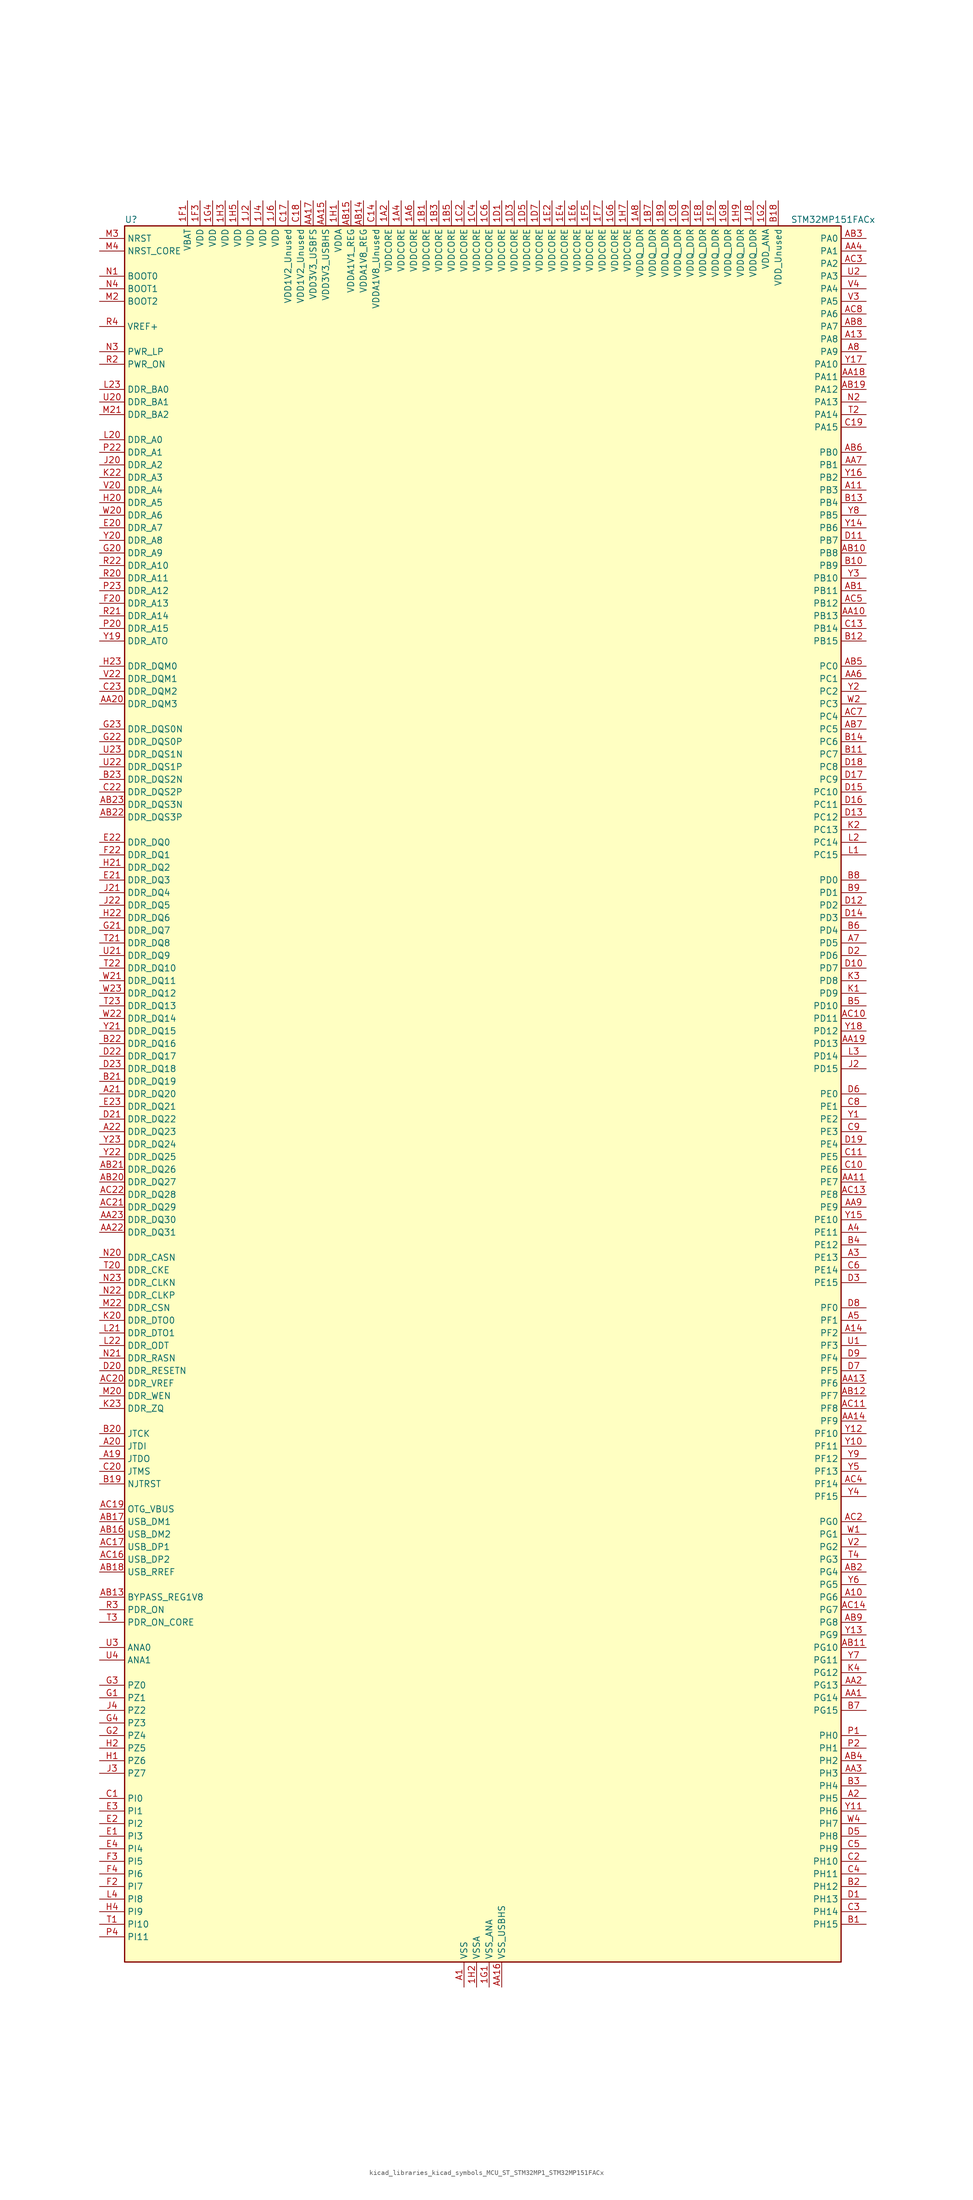
<source format=kicad_sym>
(kicad_symbol_lib
  (version 20220914)
  (generator kicad_symbol_editor)
  (symbol "kicad_libraries_kicad_symbols_MCU_ST_STM32MP1_STM32MP151FACx"
    (property "Reference" "U"
      (at -71.12 176.53 0)
      (effects (font (size 1.27 1.27)) (justify left)))
    (property "Value" "STM32MP151FACx"
      (at 63.5 176.53 0)
      (effects (font (size 1.27 1.27)) (justify left)))
    (property "ki_locked" ""
      (at 0 0 0)
      (effects (font (size 1.27 1.27))))
    (symbol "kicad_libraries_kicad_symbols_MCU_ST_STM32MP1_STM32MP151FACx_0_1"
      (rectangle (start -71.12 -175.26) (end 73.66 175.26) (stroke (width 0.254) (type default)) (fill (type background))))
    (symbol "kicad_libraries_kicad_symbols_MCU_ST_STM32MP1_STM32MP151FACx_1_1"
      (pin power_in line (at -17.78 180.34 270) (length 5.08) (name "VDDCORE" (effects (font (size 1.27 1.27)))) (number "1A2" (effects (font (size 1.27 1.27)))))
      (pin passive line (at -2.54 -180.34 90) (length 5.08) hide (name "VSS" (effects (font (size 1.27 1.27)))) (number "1A3" (effects (font (size 1.27 1.27)))))
      (pin power_in line (at -15.24 180.34 270) (length 5.08) (name "VDDCORE" (effects (font (size 1.27 1.27)))) (number "1A4" (effects (font (size 1.27 1.27)))))
      (pin passive line (at -2.54 -180.34 90) (length 5.08) hide (name "VSS" (effects (font (size 1.27 1.27)))) (number "1A5" (effects (font (size 1.27 1.27)))))
      (pin power_in line (at -12.7 180.34 270) (length 5.08) (name "VDDCORE" (effects (font (size 1.27 1.27)))) (number "1A6" (effects (font (size 1.27 1.27)))))
      (pin passive line (at -2.54 -180.34 90) (length 5.08) hide (name "VSS" (effects (font (size 1.27 1.27)))) (number "1A7" (effects (font (size 1.27 1.27)))))
      (pin power_in line (at 33.02 180.34 270) (length 5.08) (name "VDDQ_DDR" (effects (font (size 1.27 1.27)))) (number "1A8" (effects (font (size 1.27 1.27)))))
      (pin power_in line (at -10.16 180.34 270) (length 5.08) (name "VDDCORE" (effects (font (size 1.27 1.27)))) (number "1B1" (effects (font (size 1.27 1.27)))))
      (pin passive line (at -2.54 -180.34 90) (length 5.08) hide (name "VSS" (effects (font (size 1.27 1.27)))) (number "1B2" (effects (font (size 1.27 1.27)))))
      (pin power_in line (at -7.62 180.34 270) (length 5.08) (name "VDDCORE" (effects (font (size 1.27 1.27)))) (number "1B3" (effects (font (size 1.27 1.27)))))
      (pin passive line (at -2.54 -180.34 90) (length 5.08) hide (name "VSS" (effects (font (size 1.27 1.27)))) (number "1B4" (effects (font (size 1.27 1.27)))))
      (pin power_in line (at -5.08 180.34 270) (length 5.08) (name "VDDCORE" (effects (font (size 1.27 1.27)))) (number "1B5" (effects (font (size 1.27 1.27)))))
      (pin passive line (at -2.54 -180.34 90) (length 5.08) hide (name "VSS" (effects (font (size 1.27 1.27)))) (number "1B6" (effects (font (size 1.27 1.27)))))
      (pin power_in line (at 35.56 180.34 270) (length 5.08) (name "VDDQ_DDR" (effects (font (size 1.27 1.27)))) (number "1B7" (effects (font (size 1.27 1.27)))))
      (pin passive line (at -2.54 -180.34 90) (length 5.08) hide (name "VSS" (effects (font (size 1.27 1.27)))) (number "1B8" (effects (font (size 1.27 1.27)))))
      (pin power_in line (at 38.1 180.34 270) (length 5.08) (name "VDDQ_DDR" (effects (font (size 1.27 1.27)))) (number "1B9" (effects (font (size 1.27 1.27)))))
      (pin passive line (at -2.54 -180.34 90) (length 5.08) hide (name "VSS" (effects (font (size 1.27 1.27)))) (number "1C1" (effects (font (size 1.27 1.27)))))
      (pin power_in line (at -2.54 180.34 270) (length 5.08) (name "VDDCORE" (effects (font (size 1.27 1.27)))) (number "1C2" (effects (font (size 1.27 1.27)))))
      (pin passive line (at -2.54 -180.34 90) (length 5.08) hide (name "VSS" (effects (font (size 1.27 1.27)))) (number "1C3" (effects (font (size 1.27 1.27)))))
      (pin power_in line (at 0 180.34 270) (length 5.08) (name "VDDCORE" (effects (font (size 1.27 1.27)))) (number "1C4" (effects (font (size 1.27 1.27)))))
      (pin passive line (at -2.54 -180.34 90) (length 5.08) hide (name "VSS" (effects (font (size 1.27 1.27)))) (number "1C5" (effects (font (size 1.27 1.27)))))
      (pin power_in line (at 2.54 180.34 270) (length 5.08) (name "VDDCORE" (effects (font (size 1.27 1.27)))) (number "1C6" (effects (font (size 1.27 1.27)))))
      (pin passive line (at -2.54 -180.34 90) (length 5.08) hide (name "VSS" (effects (font (size 1.27 1.27)))) (number "1C7" (effects (font (size 1.27 1.27)))))
      (pin power_in line (at 40.64 180.34 270) (length 5.08) (name "VDDQ_DDR" (effects (font (size 1.27 1.27)))) (number "1C8" (effects (font (size 1.27 1.27)))))
      (pin passive line (at -2.54 -180.34 90) (length 5.08) hide (name "VSS" (effects (font (size 1.27 1.27)))) (number "1C9" (effects (font (size 1.27 1.27)))))
      (pin power_in line (at 5.08 180.34 270) (length 5.08) (name "VDDCORE" (effects (font (size 1.27 1.27)))) (number "1D1" (effects (font (size 1.27 1.27)))))
      (pin passive line (at -2.54 -180.34 90) (length 5.08) hide (name "VSS" (effects (font (size 1.27 1.27)))) (number "1D2" (effects (font (size 1.27 1.27)))))
      (pin power_in line (at 7.62 180.34 270) (length 5.08) (name "VDDCORE" (effects (font (size 1.27 1.27)))) (number "1D3" (effects (font (size 1.27 1.27)))))
      (pin passive line (at -2.54 -180.34 90) (length 5.08) hide (name "VSS" (effects (font (size 1.27 1.27)))) (number "1D4" (effects (font (size 1.27 1.27)))))
      (pin power_in line (at 10.16 180.34 270) (length 5.08) (name "VDDCORE" (effects (font (size 1.27 1.27)))) (number "1D5" (effects (font (size 1.27 1.27)))))
      (pin passive line (at -2.54 -180.34 90) (length 5.08) hide (name "VSS" (effects (font (size 1.27 1.27)))) (number "1D6" (effects (font (size 1.27 1.27)))))
      (pin power_in line (at 12.7 180.34 270) (length 5.08) (name "VDDCORE" (effects (font (size 1.27 1.27)))) (number "1D7" (effects (font (size 1.27 1.27)))))
      (pin passive line (at -2.54 -180.34 90) (length 5.08) hide (name "VSS" (effects (font (size 1.27 1.27)))) (number "1D8" (effects (font (size 1.27 1.27)))))
      (pin power_in line (at 43.18 180.34 270) (length 5.08) (name "VDDQ_DDR" (effects (font (size 1.27 1.27)))) (number "1D9" (effects (font (size 1.27 1.27)))))
      (pin passive line (at -2.54 -180.34 90) (length 5.08) hide (name "VSS" (effects (font (size 1.27 1.27)))) (number "1E1" (effects (font (size 1.27 1.27)))))
      (pin power_in line (at 15.24 180.34 270) (length 5.08) (name "VDDCORE" (effects (font (size 1.27 1.27)))) (number "1E2" (effects (font (size 1.27 1.27)))))
      (pin passive line (at -2.54 -180.34 90) (length 5.08) hide (name "VSS" (effects (font (size 1.27 1.27)))) (number "1E3" (effects (font (size 1.27 1.27)))))
      (pin power_in line (at 17.78 180.34 270) (length 5.08) (name "VDDCORE" (effects (font (size 1.27 1.27)))) (number "1E4" (effects (font (size 1.27 1.27)))))
      (pin passive line (at -2.54 -180.34 90) (length 5.08) hide (name "VSS" (effects (font (size 1.27 1.27)))) (number "1E5" (effects (font (size 1.27 1.27)))))
      (pin power_in line (at 20.32 180.34 270) (length 5.08) (name "VDDCORE" (effects (font (size 1.27 1.27)))) (number "1E6" (effects (font (size 1.27 1.27)))))
      (pin passive line (at -2.54 -180.34 90) (length 5.08) hide (name "VSS" (effects (font (size 1.27 1.27)))) (number "1E7" (effects (font (size 1.27 1.27)))))
      (pin power_in line (at 45.72 180.34 270) (length 5.08) (name "VDDQ_DDR" (effects (font (size 1.27 1.27)))) (number "1E8" (effects (font (size 1.27 1.27)))))
      (pin passive line (at -2.54 -180.34 90) (length 5.08) hide (name "VSS" (effects (font (size 1.27 1.27)))) (number "1E9" (effects (font (size 1.27 1.27)))))
      (pin power_in line (at -58.42 180.34 270) (length 5.08) (name "VBAT" (effects (font (size 1.27 1.27)))) (number "1F1" (effects (font (size 1.27 1.27)))))
      (pin passive line (at -2.54 -180.34 90) (length 5.08) hide (name "VSS" (effects (font (size 1.27 1.27)))) (number "1F2" (effects (font (size 1.27 1.27)))))
      (pin power_in line (at -55.88 180.34 270) (length 5.08) (name "VDD" (effects (font (size 1.27 1.27)))) (number "1F3" (effects (font (size 1.27 1.27)))))
      (pin passive line (at -2.54 -180.34 90) (length 5.08) hide (name "VSS" (effects (font (size 1.27 1.27)))) (number "1F4" (effects (font (size 1.27 1.27)))))
      (pin power_in line (at 22.86 180.34 270) (length 5.08) (name "VDDCORE" (effects (font (size 1.27 1.27)))) (number "1F5" (effects (font (size 1.27 1.27)))))
      (pin passive line (at -2.54 -180.34 90) (length 5.08) hide (name "VSS" (effects (font (size 1.27 1.27)))) (number "1F6" (effects (font (size 1.27 1.27)))))
      (pin power_in line (at 25.4 180.34 270) (length 5.08) (name "VDDCORE" (effects (font (size 1.27 1.27)))) (number "1F7" (effects (font (size 1.27 1.27)))))
      (pin passive line (at -2.54 -180.34 90) (length 5.08) hide (name "VSS" (effects (font (size 1.27 1.27)))) (number "1F8" (effects (font (size 1.27 1.27)))))
      (pin power_in line (at 48.26 180.34 270) (length 5.08) (name "VDDQ_DDR" (effects (font (size 1.27 1.27)))) (number "1F9" (effects (font (size 1.27 1.27)))))
      (pin power_in line (at 2.54 -180.34 90) (length 5.08) (name "VSS_ANA" (effects (font (size 1.27 1.27)))) (number "1G1" (effects (font (size 1.27 1.27)))))
      (pin power_in line (at 58.42 180.34 270) (length 5.08) (name "VDD_ANA" (effects (font (size 1.27 1.27)))) (number "1G2" (effects (font (size 1.27 1.27)))))
      (pin passive line (at -2.54 -180.34 90) (length 5.08) hide (name "VSS" (effects (font (size 1.27 1.27)))) (number "1G3" (effects (font (size 1.27 1.27)))))
      (pin power_in line (at -53.34 180.34 270) (length 5.08) (name "VDD" (effects (font (size 1.27 1.27)))) (number "1G4" (effects (font (size 1.27 1.27)))))
      (pin passive line (at -2.54 -180.34 90) (length 5.08) hide (name "VSS" (effects (font (size 1.27 1.27)))) (number "1G5" (effects (font (size 1.27 1.27)))))
      (pin power_in line (at 27.94 180.34 270) (length 5.08) (name "VDDCORE" (effects (font (size 1.27 1.27)))) (number "1G6" (effects (font (size 1.27 1.27)))))
      (pin passive line (at -2.54 -180.34 90) (length 5.08) hide (name "VSS" (effects (font (size 1.27 1.27)))) (number "1G7" (effects (font (size 1.27 1.27)))))
      (pin power_in line (at 50.8 180.34 270) (length 5.08) (name "VDDQ_DDR" (effects (font (size 1.27 1.27)))) (number "1G8" (effects (font (size 1.27 1.27)))))
      (pin passive line (at -2.54 -180.34 90) (length 5.08) hide (name "VSS" (effects (font (size 1.27 1.27)))) (number "1G9" (effects (font (size 1.27 1.27)))))
      (pin power_in line (at -27.94 180.34 270) (length 5.08) (name "VDDA" (effects (font (size 1.27 1.27)))) (number "1H1" (effects (font (size 1.27 1.27)))))
      (pin power_in line (at 0 -180.34 90) (length 5.08) (name "VSSA" (effects (font (size 1.27 1.27)))) (number "1H2" (effects (font (size 1.27 1.27)))))
      (pin power_in line (at -50.8 180.34 270) (length 5.08) (name "VDD" (effects (font (size 1.27 1.27)))) (number "1H3" (effects (font (size 1.27 1.27)))))
      (pin passive line (at -2.54 -180.34 90) (length 5.08) hide (name "VSS" (effects (font (size 1.27 1.27)))) (number "1H4" (effects (font (size 1.27 1.27)))))
      (pin power_in line (at -48.26 180.34 270) (length 5.08) (name "VDD" (effects (font (size 1.27 1.27)))) (number "1H5" (effects (font (size 1.27 1.27)))))
      (pin passive line (at -2.54 -180.34 90) (length 5.08) hide (name "VSS" (effects (font (size 1.27 1.27)))) (number "1H6" (effects (font (size 1.27 1.27)))))
      (pin power_in line (at 30.48 180.34 270) (length 5.08) (name "VDDCORE" (effects (font (size 1.27 1.27)))) (number "1H7" (effects (font (size 1.27 1.27)))))
      (pin passive line (at -2.54 -180.34 90) (length 5.08) hide (name "VSS" (effects (font (size 1.27 1.27)))) (number "1H8" (effects (font (size 1.27 1.27)))))
      (pin power_in line (at 53.34 180.34 270) (length 5.08) (name "VDDQ_DDR" (effects (font (size 1.27 1.27)))) (number "1H9" (effects (font (size 1.27 1.27)))))
      (pin power_in line (at -45.72 180.34 270) (length 5.08) (name "VDD" (effects (font (size 1.27 1.27)))) (number "1J2" (effects (font (size 1.27 1.27)))))
      (pin passive line (at -2.54 -180.34 90) (length 5.08) hide (name "VSS" (effects (font (size 1.27 1.27)))) (number "1J3" (effects (font (size 1.27 1.27)))))
      (pin power_in line (at -43.18 180.34 270) (length 5.08) (name "VDD" (effects (font (size 1.27 1.27)))) (number "1J4" (effects (font (size 1.27 1.27)))))
      (pin passive line (at -2.54 -180.34 90) (length 5.08) hide (name "VSS" (effects (font (size 1.27 1.27)))) (number "1J5" (effects (font (size 1.27 1.27)))))
      (pin power_in line (at -40.64 180.34 270) (length 5.08) (name "VDD" (effects (font (size 1.27 1.27)))) (number "1J6" (effects (font (size 1.27 1.27)))))
      (pin passive line (at -2.54 -180.34 90) (length 5.08) hide (name "VSS" (effects (font (size 1.27 1.27)))) (number "1J7" (effects (font (size 1.27 1.27)))))
      (pin power_in line (at 55.88 180.34 270) (length 5.08) (name "VDDQ_DDR" (effects (font (size 1.27 1.27)))) (number "1J8" (effects (font (size 1.27 1.27)))))
      (pin power_in line (at -2.54 -180.34 90) (length 5.08) (name "VSS" (effects (font (size 1.27 1.27)))) (number "A1" (effects (font (size 1.27 1.27)))))
      (pin bidirectional line (at 78.74 -101.6 180) (length 5.08) (name "PG6" (effects (font (size 1.27 1.27)))) (number "A10" (effects (font (size 1.27 1.27)))) (alternate "DCMI_D12" bidirectional line) (alternate "DEBUG_TRACED14" bidirectional line) (alternate "LTDC_R7" bidirectional line) (alternate "SDMMC2_CMD" bidirectional line) (alternate "TIM17_BKIN" bidirectional line))
      (pin bidirectional line (at 78.74 121.92 180) (length 5.08) (name "PB3" (effects (font (size 1.27 1.27)))) (number "A11" (effects (font (size 1.27 1.27)))) (alternate "DEBUG_TRACED9" bidirectional line) (alternate "I2S1_CK" bidirectional line) (alternate "I2S3_CK" bidirectional line) (alternate "SAI4_CK1" bidirectional line) (alternate "SAI4_MCLK_A" bidirectional line) (alternate "SDMMC2_D2" bidirectional line) (alternate "SPI1_SCK" bidirectional line) (alternate "SPI3_SCK" bidirectional line) (alternate "SPI6_SCK" bidirectional line) (alternate "TIM2_CH2" bidirectional line) (alternate "UART7_RX" bidirectional line))
      (pin bidirectional line (at 78.74 152.4 180) (length 5.08) (name "PA8" (effects (font (size 1.27 1.27)))) (number "A13" (effects (font (size 1.27 1.27)))) (alternate "I2C3_SCL" bidirectional line) (alternate "I2S3_SDO" bidirectional line) (alternate "LTDC_R6" bidirectional line) (alternate "RCC_MCO_1" bidirectional line) (alternate "SAI4_SD_B" bidirectional line) (alternate "SDMMC2_CKIN" bidirectional line) (alternate "SDMMC2_D4" bidirectional line) (alternate "SPI3_MOSI" bidirectional line) (alternate "TIM1_CH1" bidirectional line) (alternate "TIM8_BKIN2" bidirectional line) (alternate "UART7_RX" bidirectional line) (alternate "USART1_CK" bidirectional line) (alternate "USB_OTG_HS_SOF" bidirectional line))
      (pin bidirectional line (at 78.74 -48.26 180) (length 5.08) (name "PF2" (effects (font (size 1.27 1.27)))) (number "A14" (effects (font (size 1.27 1.27)))) (alternate "FMC_A2" bidirectional line) (alternate "I2C2_SMBA" bidirectional line) (alternate "SDMMC1_D0DIR" bidirectional line) (alternate "SDMMC2_D0DIR" bidirectional line) (alternate "SDMMC3_D0DIR" bidirectional line))
      (pin no_connect line (at -71.12 -175.26 0) (length 5.08) hide (name "DNU" (effects (font (size 1.27 1.27)))) (number "A16" (effects (font (size 1.27 1.27)))))
      (pin no_connect line (at -71.12 -172.72 0) (length 5.08) hide (name "DNU" (effects (font (size 1.27 1.27)))) (number "A17" (effects (font (size 1.27 1.27)))))
      (pin bidirectional line (at -76.2 -73.66 0) (length 5.08) (name "JTDO" (effects (font (size 1.27 1.27)))) (number "A19" (effects (font (size 1.27 1.27)))) (alternate "DEBUG_JTDO-SWO" bidirectional line))
      (pin bidirectional line (at 78.74 -142.24 180) (length 5.08) (name "PH5" (effects (font (size 1.27 1.27)))) (number "A2" (effects (font (size 1.27 1.27)))) (alternate "I2C2_SDA" bidirectional line) (alternate "SAI4_SD_B" bidirectional line) (alternate "SPI5_NSS" bidirectional line))
      (pin bidirectional line (at -76.2 -71.12 0) (length 5.08) (name "JTDI" (effects (font (size 1.27 1.27)))) (number "A20" (effects (font (size 1.27 1.27)))) (alternate "DEBUG_JTDI" bidirectional line))
      (pin bidirectional line (at -76.2 0 0) (length 5.08) (name "DDR_DQ20" (effects (font (size 1.27 1.27)))) (number "A21" (effects (font (size 1.27 1.27)))) (alternate "DDR_DQ20" bidirectional line))
      (pin bidirectional line (at -76.2 -7.62 0) (length 5.08) (name "DDR_DQ23" (effects (font (size 1.27 1.27)))) (number "A22" (effects (font (size 1.27 1.27)))) (alternate "DDR_DQ23" bidirectional line))
      (pin passive line (at -2.54 -180.34 90) (length 5.08) hide (name "VSS" (effects (font (size 1.27 1.27)))) (number "A23" (effects (font (size 1.27 1.27)))))
      (pin bidirectional line (at 78.74 -33.02 180) (length 5.08) (name "PE13" (effects (font (size 1.27 1.27)))) (number "A3" (effects (font (size 1.27 1.27)))) (alternate "DCMI_D6" bidirectional line) (alternate "DFSDM1_CKIN5" bidirectional line) (alternate "FMC_D10" bidirectional line) (alternate "FMC_DA10" bidirectional line) (alternate "HDP_HDP2" bidirectional line) (alternate "LTDC_DE" bidirectional line) (alternate "SAI2_FS_B" bidirectional line) (alternate "SPI4_MISO" bidirectional line) (alternate "TIM1_CH3" bidirectional line))
      (pin bidirectional line (at 78.74 -27.94 180) (length 5.08) (name "PE11" (effects (font (size 1.27 1.27)))) (number "A4" (effects (font (size 1.27 1.27)))) (alternate "ADC1_EXTI11" bidirectional line) (alternate "ADC2_EXTI11" bidirectional line) (alternate "DCMI_D4" bidirectional line) (alternate "DFSDM1_CKIN4" bidirectional line) (alternate "FMC_D8" bidirectional line) (alternate "FMC_DA8" bidirectional line) (alternate "LTDC_G3" bidirectional line) (alternate "SAI2_SD_B" bidirectional line) (alternate "SPI4_NSS" bidirectional line) (alternate "TIM1_CH2" bidirectional line) (alternate "USART6_CK" bidirectional line))
      (pin bidirectional line (at 78.74 -45.72 180) (length 5.08) (name "PF1" (effects (font (size 1.27 1.27)))) (number "A5" (effects (font (size 1.27 1.27)))) (alternate "FMC_A1" bidirectional line) (alternate "I2C2_SCL" bidirectional line) (alternate "SDMMC3_CDIR" bidirectional line) (alternate "SDMMC3_CMD" bidirectional line))
      (pin bidirectional line (at 78.74 30.48 180) (length 5.08) (name "PD5" (effects (font (size 1.27 1.27)))) (number "A7" (effects (font (size 1.27 1.27)))) (alternate "FMC_NWE" bidirectional line) (alternate "SDMMC3_D2" bidirectional line) (alternate "USART2_TX" bidirectional line))
      (pin bidirectional line (at 78.74 149.86 180) (length 5.08) (name "PA9" (effects (font (size 1.27 1.27)))) (number "A8" (effects (font (size 1.27 1.27)))) (alternate "DAC1_EXTI9" bidirectional line) (alternate "DCMI_D0" bidirectional line) (alternate "I2C3_SMBA" bidirectional line) (alternate "I2S2_CK" bidirectional line) (alternate "LTDC_R5" bidirectional line) (alternate "SDMMC2_CDIR" bidirectional line) (alternate "SDMMC2_D5" bidirectional line) (alternate "SPI2_SCK" bidirectional line) (alternate "TIM1_CH2" bidirectional line) (alternate "USART1_TX" bidirectional line))
      (pin bidirectional line (at 78.74 -121.92 180) (length 5.08) (name "PG14" (effects (font (size 1.27 1.27)))) (number "AA1" (effects (font (size 1.27 1.27)))) (alternate "DEBUG_TRACED1" bidirectional line) (alternate "ETH1_TXD1" bidirectional line) (alternate "FMC_A25" bidirectional line) (alternate "LPTIM1_ETR" bidirectional line) (alternate "LTDC_B0" bidirectional line) (alternate "QUADSPI_BK2_IO3" bidirectional line) (alternate "SAI4_D1" bidirectional line) (alternate "SAI4_SD_A" bidirectional line) (alternate "SPI6_MOSI" bidirectional line) (alternate "USART6_TX" bidirectional line))
      (pin bidirectional line (at 78.74 96.52 180) (length 5.08) (name "PB13" (effects (font (size 1.27 1.27)))) (number "AA10" (effects (font (size 1.27 1.27)))) (alternate "DFSDM1_CKIN1" bidirectional line) (alternate "DFSDM1_CKOUT" bidirectional line) (alternate "ETH1_TXD1" bidirectional line) (alternate "I2S2_CK" bidirectional line) (alternate "LPTIM2_OUT" bidirectional line) (alternate "SPI2_SCK" bidirectional line) (alternate "TIM1_CH1N" bidirectional line) (alternate "UART5_TX" bidirectional line) (alternate "USART3_CTS" bidirectional line) (alternate "USART3_NSS" bidirectional line))
      (pin bidirectional line (at 78.74 -17.78 180) (length 5.08) (name "PE7" (effects (font (size 1.27 1.27)))) (number "AA11" (effects (font (size 1.27 1.27)))) (alternate "DFSDM1_DATIN2" bidirectional line) (alternate "FMC_D4" bidirectional line) (alternate "FMC_DA4" bidirectional line) (alternate "QUADSPI_BK2_IO0" bidirectional line) (alternate "TIM1_ETR" bidirectional line) (alternate "TIM3_ETR" bidirectional line) (alternate "UART7_RX" bidirectional line))
      (pin passive line (at -2.54 -180.34 90) (length 5.08) hide (name "VSS" (effects (font (size 1.27 1.27)))) (number "AA12" (effects (font (size 1.27 1.27)))))
      (pin bidirectional line (at 78.74 -58.42 180) (length 5.08) (name "PF6" (effects (font (size 1.27 1.27)))) (number "AA13" (effects (font (size 1.27 1.27)))) (alternate "QUADSPI_BK1_IO3" bidirectional line) (alternate "SAI1_SD_B" bidirectional line) (alternate "SAI4_SCK_B" bidirectional line) (alternate "SPI5_NSS" bidirectional line) (alternate "TIM16_CH1" bidirectional line) (alternate "UART7_RX" bidirectional line))
      (pin bidirectional line (at 78.74 -66.04 180) (length 5.08) (name "PF9" (effects (font (size 1.27 1.27)))) (number "AA14" (effects (font (size 1.27 1.27)))) (alternate "DAC1_EXTI9" bidirectional line) (alternate "DEBUG_TRACED13" bidirectional line) (alternate "QUADSPI_BK1_IO1" bidirectional line) (alternate "SAI1_FS_B" bidirectional line) (alternate "SPI5_MOSI" bidirectional line) (alternate "TIM14_CH1" bidirectional line) (alternate "TIM17_CH1N" bidirectional line) (alternate "UART7_CTS" bidirectional line))
      (pin power_in line (at -30.48 180.34 270) (length 5.08) (name "VDD3V3_USBHS" (effects (font (size 1.27 1.27)))) (number "AA15" (effects (font (size 1.27 1.27)))))
      (pin power_in line (at 5.08 -180.34 90) (length 5.08) (name "VSS_USBHS" (effects (font (size 1.27 1.27)))) (number "AA16" (effects (font (size 1.27 1.27)))))
      (pin power_in line (at -33.02 180.34 270) (length 5.08) (name "VDD3V3_USBFS" (effects (font (size 1.27 1.27)))) (number "AA17" (effects (font (size 1.27 1.27)))))
      (pin bidirectional line (at 78.74 144.78 180) (length 5.08) (name "PA11" (effects (font (size 1.27 1.27)))) (number "AA18" (effects (font (size 1.27 1.27)))) (alternate "ADC1_EXTI11" bidirectional line) (alternate "ADC2_EXTI11" bidirectional line) (alternate "I2C5_SCL" bidirectional line) (alternate "I2C6_SCL" bidirectional line) (alternate "I2S2_WS" bidirectional line) (alternate "LTDC_R4" bidirectional line) (alternate "SPI2_NSS" bidirectional line) (alternate "TIM1_CH4" bidirectional line) (alternate "UART4_RX" bidirectional line) (alternate "USART1_CTS" bidirectional line) (alternate "USART1_NSS" bidirectional line))
      (pin bidirectional line (at 78.74 10.16 180) (length 5.08) (name "PD13" (effects (font (size 1.27 1.27)))) (number "AA19" (effects (font (size 1.27 1.27)))) (alternate "FMC_A18" bidirectional line) (alternate "I2C1_SDA" bidirectional line) (alternate "I2C4_SDA" bidirectional line) (alternate "I2S3_MCK" bidirectional line) (alternate "LPTIM1_OUT" bidirectional line) (alternate "QUADSPI_BK1_IO3" bidirectional line) (alternate "SAI2_SCK_A" bidirectional line) (alternate "TIM4_CH2" bidirectional line))
      (pin bidirectional line (at 78.74 -119.38 180) (length 5.08) (name "PG13" (effects (font (size 1.27 1.27)))) (number "AA2" (effects (font (size 1.27 1.27)))) (alternate "DEBUG_TRACED0" bidirectional line) (alternate "ETH1_TXD0" bidirectional line) (alternate "FMC_A24" bidirectional line) (alternate "LPTIM1_OUT" bidirectional line) (alternate "LTDC_R0" bidirectional line) (alternate "SAI1_CK2" bidirectional line) (alternate "SAI1_SCK_A" bidirectional line) (alternate "SAI4_CK1" bidirectional line) (alternate "SAI4_MCLK_A" bidirectional line) (alternate "SPI6_SCK" bidirectional line) (alternate "USART6_CTS" bidirectional line) (alternate "USART6_NSS" bidirectional line))
      (pin bidirectional line (at -76.2 78.74 0) (length 5.08) (name "DDR_DQM3" (effects (font (size 1.27 1.27)))) (number "AA20" (effects (font (size 1.27 1.27)))) (alternate "DDR_DQM3" bidirectional line))
      (pin passive line (at -2.54 -180.34 90) (length 5.08) hide (name "VSS" (effects (font (size 1.27 1.27)))) (number "AA21" (effects (font (size 1.27 1.27)))))
      (pin bidirectional line (at -76.2 -27.94 0) (length 5.08) (name "DDR_DQ31" (effects (font (size 1.27 1.27)))) (number "AA22" (effects (font (size 1.27 1.27)))) (alternate "DDR_DQ31" bidirectional line))
      (pin bidirectional line (at -76.2 -25.4 0) (length 5.08) (name "DDR_DQ30" (effects (font (size 1.27 1.27)))) (number "AA23" (effects (font (size 1.27 1.27)))) (alternate "DDR_DQ30" bidirectional line))
      (pin bidirectional line (at 78.74 -137.16 180) (length 5.08) (name "PH3" (effects (font (size 1.27 1.27)))) (number "AA3" (effects (font (size 1.27 1.27)))) (alternate "DFSDM1_CKIN4" bidirectional line) (alternate "ETH1_COL" bidirectional line) (alternate "LTDC_R1" bidirectional line) (alternate "QUADSPI_BK2_IO1" bidirectional line) (alternate "SAI2_MCLK_B" bidirectional line))
      (pin bidirectional line (at 78.74 170.18 180) (length 5.08) (name "PA1" (effects (font (size 1.27 1.27)))) (number "AA4" (effects (font (size 1.27 1.27)))) (alternate "ADC1_INN16" bidirectional line) (alternate "ADC1_INP17" bidirectional line) (alternate "ETH1_CLK" bidirectional line) (alternate "ETH1_REF_CLK" bidirectional line) (alternate "ETH1_RX_CLK" bidirectional line) (alternate "LPTIM3_OUT" bidirectional line) (alternate "LTDC_R2" bidirectional line) (alternate "QUADSPI_BK1_IO3" bidirectional line) (alternate "SAI2_MCLK_B" bidirectional line) (alternate "TIM15_CH1N" bidirectional line) (alternate "TIM2_CH2" bidirectional line) (alternate "TIM5_CH2" bidirectional line) (alternate "UART4_RX" bidirectional line) (alternate "USART2_DE" bidirectional line) (alternate "USART2_RTS" bidirectional line))
      (pin passive line (at -2.54 -180.34 90) (length 5.08) hide (name "VSS" (effects (font (size 1.27 1.27)))) (number "AA5" (effects (font (size 1.27 1.27)))))
      (pin bidirectional line (at 78.74 83.82 180) (length 5.08) (name "PC1" (effects (font (size 1.27 1.27)))) (number "AA6" (effects (font (size 1.27 1.27)))) (alternate "ADC1_INN10" bidirectional line) (alternate "ADC1_INP11" bidirectional line) (alternate "ADC2_INN10" bidirectional line) (alternate "ADC2_INP11" bidirectional line) (alternate "DEBUG_TRACED0" bidirectional line) (alternate "DFSDM1_CKIN4" bidirectional line) (alternate "DFSDM1_DATIN0" bidirectional line) (alternate "ETH1_MDC" bidirectional line) (alternate "I2S2_SDO" bidirectional line) (alternate "PWR_WKUP6" bidirectional line) (alternate "SAI1_D1" bidirectional line) (alternate "SAI1_SD_A" bidirectional line) (alternate "SDMMC2_CK" bidirectional line) (alternate "SPI2_MOSI" bidirectional line) (alternate "TAMP_IN3" bidirectional line))
      (pin bidirectional line (at 78.74 127 180) (length 5.08) (name "PB1" (effects (font (size 1.27 1.27)))) (number "AA7" (effects (font (size 1.27 1.27)))) (alternate "ADC1_INP5" bidirectional line) (alternate "ADC2_INP5" bidirectional line) (alternate "DFSDM1_DATIN1" bidirectional line) (alternate "ETH1_RXD3" bidirectional line) (alternate "LTDC_G0" bidirectional line) (alternate "LTDC_R6" bidirectional line) (alternate "TIM1_CH3N" bidirectional line) (alternate "TIM3_CH4" bidirectional line) (alternate "TIM8_CH3N" bidirectional line))
      (pin passive line (at -2.54 -180.34 90) (length 5.08) hide (name "VSS" (effects (font (size 1.27 1.27)))) (number "AA8" (effects (font (size 1.27 1.27)))))
      (pin bidirectional line (at 78.74 -22.86 180) (length 5.08) (name "PE9" (effects (font (size 1.27 1.27)))) (number "AA9" (effects (font (size 1.27 1.27)))) (alternate "DAC1_EXTI9" bidirectional line) (alternate "DFSDM1_CKOUT" bidirectional line) (alternate "FMC_D6" bidirectional line) (alternate "FMC_DA6" bidirectional line) (alternate "QUADSPI_BK2_IO2" bidirectional line) (alternate "TIM1_CH1" bidirectional line) (alternate "UART7_DE" bidirectional line) (alternate "UART7_RTS" bidirectional line))
      (pin bidirectional line (at 78.74 101.6 180) (length 5.08) (name "PB11" (effects (font (size 1.27 1.27)))) (number "AB1" (effects (font (size 1.27 1.27)))) (alternate "ADC1_EXTI11" bidirectional line) (alternate "ADC2_EXTI11" bidirectional line) (alternate "DFSDM1_CKIN7" bidirectional line) (alternate "ETH1_TX_CTL" bidirectional line) (alternate "ETH1_TX_EN" bidirectional line) (alternate "I2C2_SDA" bidirectional line) (alternate "LPTIM2_ETR" bidirectional line) (alternate "LTDC_G5" bidirectional line) (alternate "TIM2_CH4" bidirectional line) (alternate "USART3_RX" bidirectional line))
      (pin bidirectional line (at 78.74 109.22 180) (length 5.08) (name "PB8" (effects (font (size 1.27 1.27)))) (number "AB10" (effects (font (size 1.27 1.27)))) (alternate "DCMI_D6" bidirectional line) (alternate "DFSDM1_CKIN7" bidirectional line) (alternate "ETH1_TXD3" bidirectional line) (alternate "HDP_HDP6" bidirectional line) (alternate "I2C1_SCL" bidirectional line) (alternate "I2C4_SCL" bidirectional line) (alternate "LTDC_B6" bidirectional line) (alternate "SDMMC1_CKIN" bidirectional line) (alternate "SDMMC1_D4" bidirectional line) (alternate "SDMMC2_CKIN" bidirectional line) (alternate "SDMMC2_D4" bidirectional line) (alternate "TIM16_CH1" bidirectional line) (alternate "TIM4_CH3" bidirectional line) (alternate "UART4_RX" bidirectional line))
      (pin bidirectional line (at 78.74 -111.76 180) (length 5.08) (name "PG10" (effects (font (size 1.27 1.27)))) (number "AB11" (effects (font (size 1.27 1.27)))) (alternate "DCMI_D2" bidirectional line) (alternate "DEBUG_TRACED10" bidirectional line) (alternate "FMC_NE3" bidirectional line) (alternate "LTDC_B2" bidirectional line) (alternate "LTDC_G3" bidirectional line) (alternate "QUADSPI_BK2_IO2" bidirectional line) (alternate "SAI2_SD_B" bidirectional line) (alternate "UART8_CTS" bidirectional line))
      (pin bidirectional line (at 78.74 -60.96 180) (length 5.08) (name "PF7" (effects (font (size 1.27 1.27)))) (number "AB12" (effects (font (size 1.27 1.27)))) (alternate "QUADSPI_BK1_IO2" bidirectional line) (alternate "SAI1_MCLK_B" bidirectional line) (alternate "SPI5_SCK" bidirectional line) (alternate "TIM17_CH1" bidirectional line) (alternate "UART7_TX" bidirectional line))
      (pin bidirectional line (at -76.2 -101.6 0) (length 5.08) (name "BYPASS_REG1V8" (effects (font (size 1.27 1.27)))) (number "AB13" (effects (font (size 1.27 1.27)))))
      (pin power_in line (at -22.86 180.34 270) (length 5.08) (name "VDDA1V8_REG" (effects (font (size 1.27 1.27)))) (number "AB14" (effects (font (size 1.27 1.27)))))
      (pin power_in line (at -25.4 180.34 270) (length 5.08) (name "VDDA1V1_REG" (effects (font (size 1.27 1.27)))) (number "AB15" (effects (font (size 1.27 1.27)))))
      (pin bidirectional line (at -76.2 -88.9 0) (length 5.08) (name "USB_DM2" (effects (font (size 1.27 1.27)))) (number "AB16" (effects (font (size 1.27 1.27)))) (alternate "USBH_HS2_DM" bidirectional line) (alternate "USB_OTG_HS_DM" bidirectional line))
      (pin bidirectional line (at -76.2 -86.36 0) (length 5.08) (name "USB_DM1" (effects (font (size 1.27 1.27)))) (number "AB17" (effects (font (size 1.27 1.27)))) (alternate "USBH_HS1_DM" bidirectional line))
      (pin bidirectional line (at -76.2 -96.52 0) (length 5.08) (name "USB_RREF" (effects (font (size 1.27 1.27)))) (number "AB18" (effects (font (size 1.27 1.27)))))
      (pin bidirectional line (at 78.74 142.24 180) (length 5.08) (name "PA12" (effects (font (size 1.27 1.27)))) (number "AB19" (effects (font (size 1.27 1.27)))) (alternate "I2C5_SDA" bidirectional line) (alternate "I2C6_SDA" bidirectional line) (alternate "LTDC_R5" bidirectional line) (alternate "SAI2_FS_B" bidirectional line) (alternate "TIM1_ETR" bidirectional line) (alternate "UART4_TX" bidirectional line) (alternate "USART1_DE" bidirectional line) (alternate "USART1_RTS" bidirectional line))
      (pin bidirectional line (at 78.74 -96.52 180) (length 5.08) (name "PG4" (effects (font (size 1.27 1.27)))) (number "AB2" (effects (font (size 1.27 1.27)))) (alternate "ETH1_GTX_CLK" bidirectional line) (alternate "FMC_A14" bidirectional line) (alternate "TIM1_BKIN2" bidirectional line))
      (pin bidirectional line (at -76.2 -17.78 0) (length 5.08) (name "DDR_DQ27" (effects (font (size 1.27 1.27)))) (number "AB20" (effects (font (size 1.27 1.27)))) (alternate "DDR_DQ27" bidirectional line))
      (pin bidirectional line (at -76.2 -15.24 0) (length 5.08) (name "DDR_DQ26" (effects (font (size 1.27 1.27)))) (number "AB21" (effects (font (size 1.27 1.27)))) (alternate "DDR_DQ26" bidirectional line))
      (pin bidirectional line (at -76.2 55.88 0) (length 5.08) (name "DDR_DQS3P" (effects (font (size 1.27 1.27)))) (number "AB22" (effects (font (size 1.27 1.27)))) (alternate "DDR_DQS3P" bidirectional line))
      (pin bidirectional line (at -76.2 58.42 0) (length 5.08) (name "DDR_DQS3N" (effects (font (size 1.27 1.27)))) (number "AB23" (effects (font (size 1.27 1.27)))) (alternate "DDR_DQS3N" bidirectional line))
      (pin bidirectional line (at 78.74 172.72 180) (length 5.08) (name "PA0" (effects (font (size 1.27 1.27)))) (number "AB3" (effects (font (size 1.27 1.27)))) (alternate "ADC1_INP16" bidirectional line) (alternate "ETH1_CRS" bidirectional line) (alternate "PWR_WKUP1" bidirectional line) (alternate "SAI2_SD_B" bidirectional line) (alternate "SDMMC2_CMD" bidirectional line) (alternate "TIM15_BKIN" bidirectional line) (alternate "TIM2_CH1" bidirectional line) (alternate "TIM2_ETR" bidirectional line) (alternate "TIM5_CH1" bidirectional line) (alternate "TIM8_ETR" bidirectional line) (alternate "UART4_TX" bidirectional line) (alternate "USART2_CTS" bidirectional line) (alternate "USART2_NSS" bidirectional line))
      (pin bidirectional line (at 78.74 -134.62 180) (length 5.08) (name "PH2" (effects (font (size 1.27 1.27)))) (number "AB4" (effects (font (size 1.27 1.27)))) (alternate "ETH1_CRS" bidirectional line) (alternate "LPTIM1_IN2" bidirectional line) (alternate "LTDC_R0" bidirectional line) (alternate "QUADSPI_BK2_IO0" bidirectional line) (alternate "SAI2_SCK_B" bidirectional line))
      (pin bidirectional line (at 78.74 86.36 180) (length 5.08) (name "PC0" (effects (font (size 1.27 1.27)))) (number "AB5" (effects (font (size 1.27 1.27)))) (alternate "ADC1_INP10" bidirectional line) (alternate "ADC2_INP10" bidirectional line) (alternate "DFSDM1_CKIN0" bidirectional line) (alternate "DFSDM1_DATIN4" bidirectional line) (alternate "LPTIM2_IN2" bidirectional line) (alternate "LTDC_R5" bidirectional line) (alternate "QUADSPI_BK2_NCS" bidirectional line) (alternate "SAI2_FS_B" bidirectional line))
      (pin bidirectional line (at 78.74 129.54 180) (length 5.08) (name "PB0" (effects (font (size 1.27 1.27)))) (number "AB6" (effects (font (size 1.27 1.27)))) (alternate "ADC1_INN5" bidirectional line) (alternate "ADC1_INP9" bidirectional line) (alternate "ADC2_INN5" bidirectional line) (alternate "ADC2_INP9" bidirectional line) (alternate "DFSDM1_CKOUT" bidirectional line) (alternate "ETH1_RXD2" bidirectional line) (alternate "LTDC_G1" bidirectional line) (alternate "LTDC_R3" bidirectional line) (alternate "TIM1_CH2N" bidirectional line) (alternate "TIM3_CH3" bidirectional line) (alternate "TIM8_CH2N" bidirectional line) (alternate "UART4_CTS" bidirectional line))
      (pin bidirectional line (at 78.74 73.66 180) (length 5.08) (name "PC5" (effects (font (size 1.27 1.27)))) (number "AB7" (effects (font (size 1.27 1.27)))) (alternate "ADC1_INN4" bidirectional line) (alternate "ADC1_INP8" bidirectional line) (alternate "ADC2_INN4" bidirectional line) (alternate "ADC2_INP8" bidirectional line) (alternate "DFSDM1_DATIN2" bidirectional line) (alternate "ETH1_RXD1" bidirectional line) (alternate "SAI1_D3" bidirectional line) (alternate "SAI1_D4" bidirectional line) (alternate "SAI4_D3" bidirectional line) (alternate "SAI4_D4" bidirectional line) (alternate "SPDIFRX_IN3" bidirectional line))
      (pin bidirectional line (at 78.74 154.94 180) (length 5.08) (name "PA7" (effects (font (size 1.27 1.27)))) (number "AB8" (effects (font (size 1.27 1.27)))) (alternate "ADC1_INN3" bidirectional line) (alternate "ADC1_INP7" bidirectional line) (alternate "ADC2_INN3" bidirectional line) (alternate "ADC2_INP7" bidirectional line) (alternate "ETH1_CRS_DV" bidirectional line) (alternate "ETH1_RX_CTL" bidirectional line) (alternate "ETH1_RX_DV" bidirectional line) (alternate "I2S1_SDO" bidirectional line) (alternate "QUADSPI_CLK" bidirectional line) (alternate "SAI4_D1" bidirectional line) (alternate "SAI4_SD_A" bidirectional line) (alternate "SPI1_MOSI" bidirectional line) (alternate "SPI6_MOSI" bidirectional line) (alternate "TIM14_CH1" bidirectional line) (alternate "TIM1_CH1N" bidirectional line) (alternate "TIM3_CH2" bidirectional line) (alternate "TIM8_CH1N" bidirectional line))
      (pin bidirectional line (at 78.74 -106.68 180) (length 5.08) (name "PG8" (effects (font (size 1.27 1.27)))) (number "AB9" (effects (font (size 1.27 1.27)))) (alternate "DEBUG_TRACED15" bidirectional line) (alternate "ETH1_CLK" bidirectional line) (alternate "ETH1_PPS_OUT" bidirectional line) (alternate "LTDC_G7" bidirectional line) (alternate "SAI4_D2" bidirectional line) (alternate "SAI4_FS_A" bidirectional line) (alternate "SPDIFRX_IN2" bidirectional line) (alternate "SPI6_NSS" bidirectional line) (alternate "TIM2_CH1" bidirectional line) (alternate "TIM2_ETR" bidirectional line) (alternate "TIM8_ETR" bidirectional line) (alternate "USART3_DE" bidirectional line) (alternate "USART3_RTS" bidirectional line) (alternate "USART6_DE" bidirectional line) (alternate "USART6_RTS" bidirectional line))
      (pin passive line (at -2.54 -180.34 90) (length 5.08) hide (name "VSS" (effects (font (size 1.27 1.27)))) (number "AC1" (effects (font (size 1.27 1.27)))))
      (pin bidirectional line (at 78.74 15.24 180) (length 5.08) (name "PD11" (effects (font (size 1.27 1.27)))) (number "AC10" (effects (font (size 1.27 1.27)))) (alternate "ADC1_EXTI11" bidirectional line) (alternate "ADC2_EXTI11" bidirectional line) (alternate "FMC_A16" bidirectional line) (alternate "FMC_CLE" bidirectional line) (alternate "I2C1_SMBA" bidirectional line) (alternate "I2C4_SMBA" bidirectional line) (alternate "LPTIM2_IN2" bidirectional line) (alternate "QUADSPI_BK1_IO0" bidirectional line) (alternate "SAI2_SD_A" bidirectional line) (alternate "USART3_CTS" bidirectional line) (alternate "USART3_NSS" bidirectional line))
      (pin bidirectional line (at 78.74 -63.5 180) (length 5.08) (name "PF8" (effects (font (size 1.27 1.27)))) (number "AC11" (effects (font (size 1.27 1.27)))) (alternate "DEBUG_TRACED12" bidirectional line) (alternate "QUADSPI_BK1_IO0" bidirectional line) (alternate "SAI1_SCK_B" bidirectional line) (alternate "SPI5_MISO" bidirectional line) (alternate "TIM13_CH1" bidirectional line) (alternate "TIM16_CH1N" bidirectional line) (alternate "UART7_DE" bidirectional line) (alternate "UART7_RTS" bidirectional line))
      (pin bidirectional line (at 78.74 -20.32 180) (length 5.08) (name "PE8" (effects (font (size 1.27 1.27)))) (number "AC13" (effects (font (size 1.27 1.27)))) (alternate "DFSDM1_CKIN2" bidirectional line) (alternate "FMC_D5" bidirectional line) (alternate "FMC_DA5" bidirectional line) (alternate "QUADSPI_BK2_IO1" bidirectional line) (alternate "TIM1_CH1N" bidirectional line) (alternate "UART7_TX" bidirectional line))
      (pin bidirectional line (at 78.74 -104.14 180) (length 5.08) (name "PG7" (effects (font (size 1.27 1.27)))) (number "AC14" (effects (font (size 1.27 1.27)))) (alternate "DCMI_D13" bidirectional line) (alternate "DEBUG_TRACED5" bidirectional line) (alternate "LTDC_CLK" bidirectional line) (alternate "QUADSPI_BK2_IO3" bidirectional line) (alternate "QUADSPI_CLK" bidirectional line) (alternate "SAI1_MCLK_A" bidirectional line) (alternate "UART8_DE" bidirectional line) (alternate "UART8_RTS" bidirectional line) (alternate "USART6_CK" bidirectional line))
      (pin bidirectional line (at -76.2 -93.98 0) (length 5.08) (name "USB_DP2" (effects (font (size 1.27 1.27)))) (number "AC16" (effects (font (size 1.27 1.27)))) (alternate "USBH_HS2_DP" bidirectional line) (alternate "USB_OTG_HS_DP" bidirectional line))
      (pin bidirectional line (at -76.2 -91.44 0) (length 5.08) (name "USB_DP1" (effects (font (size 1.27 1.27)))) (number "AC17" (effects (font (size 1.27 1.27)))) (alternate "USBH_HS1_DP" bidirectional line))
      (pin bidirectional line (at -76.2 -83.82 0) (length 5.08) (name "OTG_VBUS" (effects (font (size 1.27 1.27)))) (number "AC19" (effects (font (size 1.27 1.27)))) (alternate "USB_OTG_HS_VBUS" bidirectional line))
      (pin bidirectional line (at 78.74 -86.36 180) (length 5.08) (name "PG0" (effects (font (size 1.27 1.27)))) (number "AC2" (effects (font (size 1.27 1.27)))) (alternate "DEBUG_TRACED0" bidirectional line) (alternate "DFSDM1_DATIN0" bidirectional line) (alternate "ETH1_TXD4" bidirectional line) (alternate "FMC_A10" bidirectional line))
      (pin bidirectional line (at -76.2 -58.42 0) (length 5.08) (name "DDR_VREF" (effects (font (size 1.27 1.27)))) (number "AC20" (effects (font (size 1.27 1.27)))) (alternate "DDR_VREF" bidirectional line))
      (pin bidirectional line (at -76.2 -22.86 0) (length 5.08) (name "DDR_DQ29" (effects (font (size 1.27 1.27)))) (number "AC21" (effects (font (size 1.27 1.27)))) (alternate "DDR_DQ29" bidirectional line))
      (pin bidirectional line (at -76.2 -20.32 0) (length 5.08) (name "DDR_DQ28" (effects (font (size 1.27 1.27)))) (number "AC22" (effects (font (size 1.27 1.27)))) (alternate "DDR_DQ28" bidirectional line))
      (pin passive line (at -2.54 -180.34 90) (length 5.08) hide (name "VSS" (effects (font (size 1.27 1.27)))) (number "AC23" (effects (font (size 1.27 1.27)))))
      (pin bidirectional line (at 78.74 167.64 180) (length 5.08) (name "PA2" (effects (font (size 1.27 1.27)))) (number "AC3" (effects (font (size 1.27 1.27)))) (alternate "ADC1_INP14" bidirectional line) (alternate "ETH1_MDIO" bidirectional line) (alternate "LPTIM4_OUT" bidirectional line) (alternate "LTDC_R1" bidirectional line) (alternate "PWR_WKUP2" bidirectional line) (alternate "SAI2_SCK_B" bidirectional line) (alternate "SDMMC2_D0DIR" bidirectional line) (alternate "TIM15_CH1" bidirectional line) (alternate "TIM2_CH3" bidirectional line) (alternate "TIM5_CH3" bidirectional line) (alternate "USART2_TX" bidirectional line))
      (pin bidirectional line (at 78.74 -78.74 180) (length 5.08) (name "PF14" (effects (font (size 1.27 1.27)))) (number "AC4" (effects (font (size 1.27 1.27)))) (alternate "ADC2_INN2" bidirectional line) (alternate "ADC2_INP6" bidirectional line) (alternate "DEBUG_TRACED6" bidirectional line) (alternate "DFSDM1_CKIN6" bidirectional line) (alternate "ETH1_RXD6" bidirectional line) (alternate "FMC_A8" bidirectional line) (alternate "I2C1_SCL" bidirectional line) (alternate "I2C4_SCL" bidirectional line))
      (pin bidirectional line (at 78.74 99.06 180) (length 5.08) (name "PB12" (effects (font (size 1.27 1.27)))) (number "AC5" (effects (font (size 1.27 1.27)))) (alternate "DFSDM1_DATIN1" bidirectional line) (alternate "ETH1_TXD0" bidirectional line) (alternate "I2C2_SMBA" bidirectional line) (alternate "I2C6_SMBA" bidirectional line) (alternate "I2S2_WS" bidirectional line) (alternate "SPI2_NSS" bidirectional line) (alternate "TIM1_BKIN" bidirectional line) (alternate "UART5_RX" bidirectional line) (alternate "USART3_CK" bidirectional line) (alternate "USART3_RX" bidirectional line))
      (pin bidirectional line (at 78.74 76.2 180) (length 5.08) (name "PC4" (effects (font (size 1.27 1.27)))) (number "AC7" (effects (font (size 1.27 1.27)))) (alternate "ADC1_INP4" bidirectional line) (alternate "ADC2_INP4" bidirectional line) (alternate "DFSDM1_CKIN2" bidirectional line) (alternate "ETH1_RXD0" bidirectional line) (alternate "I2S1_MCK" bidirectional line) (alternate "SPDIFRX_IN2" bidirectional line))
      (pin bidirectional line (at 78.74 157.48 180) (length 5.08) (name "PA6" (effects (font (size 1.27 1.27)))) (number "AC8" (effects (font (size 1.27 1.27)))) (alternate "ADC1_INP3" bidirectional line) (alternate "ADC2_INP3" bidirectional line) (alternate "DCMI_PIXCLK" bidirectional line) (alternate "I2S1_SDI" bidirectional line) (alternate "LTDC_G2" bidirectional line) (alternate "SAI4_CK2" bidirectional line) (alternate "SAI4_SCK_A" bidirectional line) (alternate "SPI1_MISO" bidirectional line) (alternate "SPI6_MISO" bidirectional line) (alternate "TIM13_CH1" bidirectional line) (alternate "TIM1_BKIN" bidirectional line) (alternate "TIM3_CH1" bidirectional line) (alternate "TIM8_BKIN" bidirectional line))
      (pin bidirectional line (at 78.74 -167.64 180) (length 5.08) (name "PH15" (effects (font (size 1.27 1.27)))) (number "B1" (effects (font (size 1.27 1.27)))) (alternate "ADC1_EXTI15" bidirectional line) (alternate "ADC2_EXTI15" bidirectional line) (alternate "DCMI_D11" bidirectional line) (alternate "LTDC_G4" bidirectional line) (alternate "TIM8_CH3N" bidirectional line))
      (pin bidirectional line (at 78.74 106.68 180) (length 5.08) (name "PB9" (effects (font (size 1.27 1.27)))) (number "B10" (effects (font (size 1.27 1.27)))) (alternate "DAC1_EXTI9" bidirectional line) (alternate "DCMI_D7" bidirectional line) (alternate "DFSDM1_DATIN7" bidirectional line) (alternate "HDP_HDP7" bidirectional line) (alternate "I2C1_SDA" bidirectional line) (alternate "I2C4_SDA" bidirectional line) (alternate "I2S2_WS" bidirectional line) (alternate "LTDC_B7" bidirectional line) (alternate "SDMMC1_CDIR" bidirectional line) (alternate "SDMMC1_D5" bidirectional line) (alternate "SDMMC2_CDIR" bidirectional line) (alternate "SDMMC2_D5" bidirectional line) (alternate "SPI2_NSS" bidirectional line) (alternate "TIM17_CH1" bidirectional line) (alternate "TIM4_CH4" bidirectional line) (alternate "UART4_TX" bidirectional line))
      (pin bidirectional line (at 78.74 68.58 180) (length 5.08) (name "PC7" (effects (font (size 1.27 1.27)))) (number "B11" (effects (font (size 1.27 1.27)))) (alternate "DCMI_D1" bidirectional line) (alternate "DFSDM1_DATIN3" bidirectional line) (alternate "HDP_HDP4" bidirectional line) (alternate "I2S3_MCK" bidirectional line) (alternate "LTDC_G6" bidirectional line) (alternate "SDMMC1_D123DIR" bidirectional line) (alternate "SDMMC1_D7" bidirectional line) (alternate "SDMMC2_D123DIR" bidirectional line) (alternate "SDMMC2_D7" bidirectional line) (alternate "TIM3_CH2" bidirectional line) (alternate "TIM8_CH2" bidirectional line) (alternate "USART6_RX" bidirectional line))
      (pin bidirectional line (at 78.74 91.44 180) (length 5.08) (name "PB15" (effects (font (size 1.27 1.27)))) (number "B12" (effects (font (size 1.27 1.27)))) (alternate "ADC1_EXTI15" bidirectional line) (alternate "ADC2_EXTI15" bidirectional line) (alternate "DFSDM1_CKIN2" bidirectional line) (alternate "I2S2_SDO" bidirectional line) (alternate "RTC_REFIN" bidirectional line) (alternate "SDMMC2_D1" bidirectional line) (alternate "SPI2_MOSI" bidirectional line) (alternate "TIM12_CH2" bidirectional line) (alternate "TIM1_CH3N" bidirectional line) (alternate "TIM8_CH3N" bidirectional line) (alternate "USART1_RX" bidirectional line))
      (pin bidirectional line (at 78.74 119.38 180) (length 5.08) (name "PB4" (effects (font (size 1.27 1.27)))) (number "B13" (effects (font (size 1.27 1.27)))) (alternate "DEBUG_TRACED8" bidirectional line) (alternate "I2S1_SDI" bidirectional line) (alternate "I2S2_WS" bidirectional line) (alternate "I2S3_SDI" bidirectional line) (alternate "SAI4_CK2" bidirectional line) (alternate "SAI4_SCK_A" bidirectional line) (alternate "SDMMC2_D3" bidirectional line) (alternate "SPI1_MISO" bidirectional line) (alternate "SPI2_NSS" bidirectional line) (alternate "SPI3_MISO" bidirectional line) (alternate "SPI6_MISO" bidirectional line) (alternate "TIM16_BKIN" bidirectional line) (alternate "TIM3_CH1" bidirectional line) (alternate "UART7_TX" bidirectional line))
      (pin bidirectional line (at 78.74 71.12 180) (length 5.08) (name "PC6" (effects (font (size 1.27 1.27)))) (number "B14" (effects (font (size 1.27 1.27)))) (alternate "DCMI_D0" bidirectional line) (alternate "DFSDM1_CKIN3" bidirectional line) (alternate "HDP_HDP1" bidirectional line) (alternate "I2S2_MCK" bidirectional line) (alternate "LTDC_HSYNC" bidirectional line) (alternate "SDMMC1_D0DIR" bidirectional line) (alternate "SDMMC1_D6" bidirectional line) (alternate "SDMMC2_D0DIR" bidirectional line) (alternate "SDMMC2_D6" bidirectional line) (alternate "TIM3_CH1" bidirectional line) (alternate "TIM8_CH1" bidirectional line) (alternate "USART6_TX" bidirectional line))
      (pin no_connect line (at -71.12 -170.18 0) (length 5.08) hide (name "DNU" (effects (font (size 1.27 1.27)))) (number "B15" (effects (font (size 1.27 1.27)))))
      (pin no_connect line (at -71.12 -167.64 0) (length 5.08) hide (name "DNU" (effects (font (size 1.27 1.27)))) (number "B16" (effects (font (size 1.27 1.27)))))
      (pin no_connect line (at -71.12 -165.1 0) (length 5.08) hide (name "DNU" (effects (font (size 1.27 1.27)))) (number "B17" (effects (font (size 1.27 1.27)))))
      (pin power_in line (at 60.96 180.34 270) (length 5.08) (name "VDD_Unused" (effects (font (size 1.27 1.27)))) (number "B18" (effects (font (size 1.27 1.27)))))
      (pin bidirectional line (at -76.2 -78.74 0) (length 5.08) (name "NJTRST" (effects (font (size 1.27 1.27)))) (number "B19" (effects (font (size 1.27 1.27)))) (alternate "DEBUG_JTRST" bidirectional line))
      (pin bidirectional line (at 78.74 -160.02 180) (length 5.08) (name "PH12" (effects (font (size 1.27 1.27)))) (number "B2" (effects (font (size 1.27 1.27)))) (alternate "DCMI_D3" bidirectional line) (alternate "HDP_HDP2" bidirectional line) (alternate "I2C1_SDA" bidirectional line) (alternate "I2C4_SDA" bidirectional line) (alternate "LTDC_R6" bidirectional line) (alternate "TIM5_CH3" bidirectional line))
      (pin bidirectional line (at -76.2 -68.58 0) (length 5.08) (name "JTCK" (effects (font (size 1.27 1.27)))) (number "B20" (effects (font (size 1.27 1.27)))) (alternate "DEBUG_JTCK-SWCLK" bidirectional line))
      (pin bidirectional line (at -76.2 2.54 0) (length 5.08) (name "DDR_DQ19" (effects (font (size 1.27 1.27)))) (number "B21" (effects (font (size 1.27 1.27)))) (alternate "DDR_DQ19" bidirectional line))
      (pin bidirectional line (at -76.2 10.16 0) (length 5.08) (name "DDR_DQ16" (effects (font (size 1.27 1.27)))) (number "B22" (effects (font (size 1.27 1.27)))) (alternate "DDR_DQ16" bidirectional line))
      (pin bidirectional line (at -76.2 63.5 0) (length 5.08) (name "DDR_DQS2N" (effects (font (size 1.27 1.27)))) (number "B23" (effects (font (size 1.27 1.27)))) (alternate "DDR_DQS2N" bidirectional line))
      (pin bidirectional line (at 78.74 -139.7 180) (length 5.08) (name "PH4" (effects (font (size 1.27 1.27)))) (number "B3" (effects (font (size 1.27 1.27)))) (alternate "I2C2_SCL" bidirectional line) (alternate "LTDC_G4" bidirectional line) (alternate "LTDC_G5" bidirectional line))
      (pin bidirectional line (at 78.74 -30.48 180) (length 5.08) (name "PE12" (effects (font (size 1.27 1.27)))) (number "B4" (effects (font (size 1.27 1.27)))) (alternate "DFSDM1_DATIN5" bidirectional line) (alternate "FMC_D9" bidirectional line) (alternate "FMC_DA9" bidirectional line) (alternate "LTDC_B4" bidirectional line) (alternate "SAI2_SCK_B" bidirectional line) (alternate "SDMMC1_D0DIR" bidirectional line) (alternate "SPI4_SCK" bidirectional line) (alternate "TIM1_CH3N" bidirectional line))
      (pin bidirectional line (at 78.74 17.78 180) (length 5.08) (name "PD10" (effects (font (size 1.27 1.27)))) (number "B5" (effects (font (size 1.27 1.27)))) (alternate "DFSDM1_CKOUT" bidirectional line) (alternate "FMC_D15" bidirectional line) (alternate "FMC_DA15" bidirectional line) (alternate "I2C5_SMBA" bidirectional line) (alternate "I2S3_SDI" bidirectional line) (alternate "LTDC_B3" bidirectional line) (alternate "RTC_REFIN" bidirectional line) (alternate "SAI3_FS_B" bidirectional line) (alternate "SPI3_MISO" bidirectional line) (alternate "TIM16_BKIN" bidirectional line) (alternate "USART3_CK" bidirectional line))
      (pin bidirectional line (at 78.74 33.02 180) (length 5.08) (name "PD4" (effects (font (size 1.27 1.27)))) (number "B6" (effects (font (size 1.27 1.27)))) (alternate "DFSDM1_CKIN0" bidirectional line) (alternate "FMC_NOE" bidirectional line) (alternate "SAI3_FS_A" bidirectional line) (alternate "SDMMC3_D1" bidirectional line) (alternate "USART2_DE" bidirectional line) (alternate "USART2_RTS" bidirectional line))
      (pin bidirectional line (at 78.74 -124.46 180) (length 5.08) (name "PG15" (effects (font (size 1.27 1.27)))) (number "B7" (effects (font (size 1.27 1.27)))) (alternate "ADC1_EXTI15" bidirectional line) (alternate "ADC2_EXTI15" bidirectional line) (alternate "DCMI_D13" bidirectional line) (alternate "DEBUG_TRACED7" bidirectional line) (alternate "I2C2_SDA" bidirectional line) (alternate "SAI1_D2" bidirectional line) (alternate "SAI1_FS_A" bidirectional line) (alternate "SDMMC3_CK" bidirectional line) (alternate "USART6_CTS" bidirectional line) (alternate "USART6_NSS" bidirectional line))
      (pin bidirectional line (at 78.74 43.18 180) (length 5.08) (name "PD0" (effects (font (size 1.27 1.27)))) (number "B8" (effects (font (size 1.27 1.27)))) (alternate "DFSDM1_CKIN6" bidirectional line) (alternate "DFSDM1_DATIN7" bidirectional line) (alternate "FMC_D2" bidirectional line) (alternate "FMC_DA2" bidirectional line) (alternate "I2C5_SDA" bidirectional line) (alternate "I2C6_SDA" bidirectional line) (alternate "SAI3_SCK_A" bidirectional line) (alternate "SDMMC3_CMD" bidirectional line) (alternate "UART4_RX" bidirectional line))
      (pin bidirectional line (at 78.74 40.64 180) (length 5.08) (name "PD1" (effects (font (size 1.27 1.27)))) (number "B9" (effects (font (size 1.27 1.27)))) (alternate "DFSDM1_CKIN7" bidirectional line) (alternate "DFSDM1_DATIN6" bidirectional line) (alternate "FMC_D3" bidirectional line) (alternate "FMC_DA3" bidirectional line) (alternate "I2C5_SCL" bidirectional line) (alternate "I2C6_SCL" bidirectional line) (alternate "SAI3_SD_A" bidirectional line) (alternate "SDMMC3_D0" bidirectional line) (alternate "UART4_TX" bidirectional line))
      (pin bidirectional line (at -76.2 -142.24 0) (length 5.08) (name "PI0" (effects (font (size 1.27 1.27)))) (number "C1" (effects (font (size 1.27 1.27)))) (alternate "DCMI_D13" bidirectional line) (alternate "I2S2_WS" bidirectional line) (alternate "LTDC_G5" bidirectional line) (alternate "SPI2_NSS" bidirectional line) (alternate "TIM5_CH4" bidirectional line))
      (pin bidirectional line (at 78.74 -15.24 180) (length 5.08) (name "PE6" (effects (font (size 1.27 1.27)))) (number "C10" (effects (font (size 1.27 1.27)))) (alternate "DCMI_D7" bidirectional line) (alternate "DEBUG_TRACED2" bidirectional line) (alternate "FMC_A22" bidirectional line) (alternate "LTDC_G1" bidirectional line) (alternate "SAI1_D1" bidirectional line) (alternate "SAI1_SD_A" bidirectional line) (alternate "SAI2_MCLK_B" bidirectional line) (alternate "SDMMC1_D2" bidirectional line) (alternate "SDMMC2_D0" bidirectional line) (alternate "SPI4_MOSI" bidirectional line) (alternate "TIM15_CH2" bidirectional line) (alternate "TIM1_BKIN2" bidirectional line))
      (pin bidirectional line (at 78.74 -12.7 180) (length 5.08) (name "PE5" (effects (font (size 1.27 1.27)))) (number "C11" (effects (font (size 1.27 1.27)))) (alternate "DCMI_D6" bidirectional line) (alternate "DEBUG_TRACED3" bidirectional line) (alternate "DFSDM1_CKIN3" bidirectional line) (alternate "FMC_A21" bidirectional line) (alternate "LTDC_G0" bidirectional line) (alternate "SAI1_CK2" bidirectional line) (alternate "SAI1_SCK_A" bidirectional line) (alternate "SDMMC1_D0DIR" bidirectional line) (alternate "SDMMC1_D6" bidirectional line) (alternate "SDMMC2_D0DIR" bidirectional line) (alternate "SDMMC2_D6" bidirectional line) (alternate "SPI4_MISO" bidirectional line) (alternate "TIM15_CH1" bidirectional line))
      (pin passive line (at -2.54 -180.34 90) (length 5.08) hide (name "VSS" (effects (font (size 1.27 1.27)))) (number "C12" (effects (font (size 1.27 1.27)))))
      (pin bidirectional line (at 78.74 93.98 180) (length 5.08) (name "PB14" (effects (font (size 1.27 1.27)))) (number "C13" (effects (font (size 1.27 1.27)))) (alternate "DFSDM1_DATIN2" bidirectional line) (alternate "I2S2_SDI" bidirectional line) (alternate "SDMMC2_D0" bidirectional line) (alternate "SPI2_MISO" bidirectional line) (alternate "TIM12_CH1" bidirectional line) (alternate "TIM1_CH2N" bidirectional line) (alternate "TIM8_CH2N" bidirectional line) (alternate "USART1_TX" bidirectional line) (alternate "USART3_DE" bidirectional line) (alternate "USART3_RTS" bidirectional line))
      (pin power_in line (at -20.32 180.34 270) (length 5.08) (name "VDDA1V8_Unused" (effects (font (size 1.27 1.27)))) (number "C14" (effects (font (size 1.27 1.27)))))
      (pin no_connect line (at -71.12 -162.56 0) (length 5.08) hide (name "DNU" (effects (font (size 1.27 1.27)))) (number "C15" (effects (font (size 1.27 1.27)))))
      (pin passive line (at -2.54 -180.34 90) (length 5.08) hide (name "VSS" (effects (font (size 1.27 1.27)))) (number "C16" (effects (font (size 1.27 1.27)))))
      (pin power_in line (at -38.1 180.34 270) (length 5.08) (name "VDD1V2_Unused" (effects (font (size 1.27 1.27)))) (number "C17" (effects (font (size 1.27 1.27)))))
      (pin power_in line (at -35.56 180.34 270) (length 5.08) (name "VDD1V2_Unused" (effects (font (size 1.27 1.27)))) (number "C18" (effects (font (size 1.27 1.27)))))
      (pin bidirectional line (at 78.74 134.62 180) (length 5.08) (name "PA15" (effects (font (size 1.27 1.27)))) (number "C19" (effects (font (size 1.27 1.27)))) (alternate "ADC1_EXTI15" bidirectional line) (alternate "ADC2_EXTI15" bidirectional line) (alternate "CEC" bidirectional line) (alternate "DEBUG_DBTRGI" bidirectional line) (alternate "I2S1_WS" bidirectional line) (alternate "I2S3_WS" bidirectional line) (alternate "LTDC_R1" bidirectional line) (alternate "SAI4_D2" bidirectional line) (alternate "SAI4_FS_A" bidirectional line) (alternate "SDMMC1_CDIR" bidirectional line) (alternate "SDMMC1_D5" bidirectional line) (alternate "SDMMC2_CDIR" bidirectional line) (alternate "SDMMC2_D5" bidirectional line) (alternate "SPI1_NSS" bidirectional line) (alternate "SPI3_NSS" bidirectional line) (alternate "SPI6_NSS" bidirectional line) (alternate "TIM2_CH1" bidirectional line) (alternate "TIM2_ETR" bidirectional line) (alternate "UART4_DE" bidirectional line) (alternate "UART4_RTS" bidirectional line) (alternate "UART7_TX" bidirectional line))
      (pin bidirectional line (at 78.74 -154.94 180) (length 5.08) (name "PH10" (effects (font (size 1.27 1.27)))) (number "C2" (effects (font (size 1.27 1.27)))) (alternate "DCMI_D1" bidirectional line) (alternate "I2C1_SMBA" bidirectional line) (alternate "I2C4_SMBA" bidirectional line) (alternate "LTDC_R4" bidirectional line) (alternate "TIM5_CH1" bidirectional line))
      (pin bidirectional line (at -76.2 -76.2 0) (length 5.08) (name "JTMS" (effects (font (size 1.27 1.27)))) (number "C20" (effects (font (size 1.27 1.27)))) (alternate "DEBUG_JTMS-SWDIO" bidirectional line))
      (pin passive line (at -2.54 -180.34 90) (length 5.08) hide (name "VSS" (effects (font (size 1.27 1.27)))) (number "C21" (effects (font (size 1.27 1.27)))))
      (pin bidirectional line (at -76.2 60.96 0) (length 5.08) (name "DDR_DQS2P" (effects (font (size 1.27 1.27)))) (number "C22" (effects (font (size 1.27 1.27)))) (alternate "DDR_DQS2P" bidirectional line))
      (pin bidirectional line (at -76.2 81.28 0) (length 5.08) (name "DDR_DQM2" (effects (font (size 1.27 1.27)))) (number "C23" (effects (font (size 1.27 1.27)))) (alternate "DDR_DQM2" bidirectional line))
      (pin bidirectional line (at 78.74 -165.1 180) (length 5.08) (name "PH14" (effects (font (size 1.27 1.27)))) (number "C3" (effects (font (size 1.27 1.27)))) (alternate "DCMI_D4" bidirectional line) (alternate "LTDC_G3" bidirectional line) (alternate "TIM8_CH2N" bidirectional line) (alternate "UART4_RX" bidirectional line))
      (pin bidirectional line (at 78.74 -157.48 180) (length 5.08) (name "PH11" (effects (font (size 1.27 1.27)))) (number "C4" (effects (font (size 1.27 1.27)))) (alternate "ADC1_EXTI11" bidirectional line) (alternate "ADC2_EXTI11" bidirectional line) (alternate "DCMI_D2" bidirectional line) (alternate "I2C1_SCL" bidirectional line) (alternate "I2C4_SCL" bidirectional line) (alternate "LTDC_R5" bidirectional line) (alternate "TIM5_CH2" bidirectional line))
      (pin bidirectional line (at 78.74 -152.4 180) (length 5.08) (name "PH9" (effects (font (size 1.27 1.27)))) (number "C5" (effects (font (size 1.27 1.27)))) (alternate "DAC1_EXTI9" bidirectional line) (alternate "DCMI_D0" bidirectional line) (alternate "I2C3_SMBA" bidirectional line) (alternate "LTDC_R3" bidirectional line) (alternate "TIM12_CH2" bidirectional line))
      (pin bidirectional line (at 78.74 -35.56 180) (length 5.08) (name "PE14" (effects (font (size 1.27 1.27)))) (number "C6" (effects (font (size 1.27 1.27)))) (alternate "FMC_D11" bidirectional line) (alternate "FMC_DA11" bidirectional line) (alternate "LTDC_CLK" bidirectional line) (alternate "LTDC_G0" bidirectional line) (alternate "SAI2_MCLK_B" bidirectional line) (alternate "SDMMC1_D123DIR" bidirectional line) (alternate "SPI4_MOSI" bidirectional line) (alternate "TIM1_CH4" bidirectional line) (alternate "UART8_DE" bidirectional line) (alternate "UART8_RTS" bidirectional line))
      (pin passive line (at -2.54 -180.34 90) (length 5.08) hide (name "VSS" (effects (font (size 1.27 1.27)))) (number "C7" (effects (font (size 1.27 1.27)))))
      (pin bidirectional line (at 78.74 -2.54 180) (length 5.08) (name "PE1" (effects (font (size 1.27 1.27)))) (number "C8" (effects (font (size 1.27 1.27)))) (alternate "DCMI_D3" bidirectional line) (alternate "FMC_NBL1" bidirectional line) (alternate "I2S2_MCK" bidirectional line) (alternate "LPTIM1_IN2" bidirectional line) (alternate "SAI3_SD_B" bidirectional line) (alternate "UART8_TX" bidirectional line))
      (pin bidirectional line (at 78.74 -7.62 180) (length 5.08) (name "PE3" (effects (font (size 1.27 1.27)))) (number "C9" (effects (font (size 1.27 1.27)))) (alternate "DEBUG_TRACED0" bidirectional line) (alternate "FMC_A19" bidirectional line) (alternate "SAI1_SD_B" bidirectional line) (alternate "SDMMC2_CK" bidirectional line) (alternate "TIM15_BKIN" bidirectional line))
      (pin bidirectional line (at 78.74 -162.56 180) (length 5.08) (name "PH13" (effects (font (size 1.27 1.27)))) (number "D1" (effects (font (size 1.27 1.27)))) (alternate "LTDC_G2" bidirectional line) (alternate "TIM8_CH1N" bidirectional line) (alternate "UART4_TX" bidirectional line))
      (pin bidirectional line (at 78.74 25.4 180) (length 5.08) (name "PD7" (effects (font (size 1.27 1.27)))) (number "D10" (effects (font (size 1.27 1.27)))) (alternate "DEBUG_TRACED6" bidirectional line) (alternate "DFSDM1_CKIN1" bidirectional line) (alternate "DFSDM1_DATIN4" bidirectional line) (alternate "FMC_NE1" bidirectional line) (alternate "I2C2_SCL" bidirectional line) (alternate "SDMMC3_D3" bidirectional line) (alternate "SPDIFRX_IN0" bidirectional line) (alternate "USART2_CK" bidirectional line))
      (pin bidirectional line (at 78.74 111.76 180) (length 5.08) (name "PB7" (effects (font (size 1.27 1.27)))) (number "D11" (effects (font (size 1.27 1.27)))) (alternate "DCMI_VSYNC" bidirectional line) (alternate "DFSDM1_CKIN5" bidirectional line) (alternate "FMC_NL" bidirectional line) (alternate "I2C1_SDA" bidirectional line) (alternate "I2C4_SDA" bidirectional line) (alternate "SDMMC2_D1" bidirectional line) (alternate "TIM17_CH1N" bidirectional line) (alternate "TIM4_CH2" bidirectional line) (alternate "USART1_RX" bidirectional line))
      (pin bidirectional line (at 78.74 38.1 180) (length 5.08) (name "PD2" (effects (font (size 1.27 1.27)))) (number "D12" (effects (font (size 1.27 1.27)))) (alternate "DCMI_D11" bidirectional line) (alternate "I2C5_SMBA" bidirectional line) (alternate "SDMMC1_CMD" bidirectional line) (alternate "TIM3_ETR" bidirectional line) (alternate "UART4_RX" bidirectional line) (alternate "UART5_RX" bidirectional line))
      (pin bidirectional line (at 78.74 55.88 180) (length 5.08) (name "PC12" (effects (font (size 1.27 1.27)))) (number "D13" (effects (font (size 1.27 1.27)))) (alternate "DCMI_D9" bidirectional line) (alternate "DEBUG_TRACECLK" bidirectional line) (alternate "I2S3_SDO" bidirectional line) (alternate "RCC_MCO_2" bidirectional line) (alternate "SAI4_D3" bidirectional line) (alternate "SAI4_SD_B" bidirectional line) (alternate "SDMMC1_CK" bidirectional line) (alternate "SPI3_MOSI" bidirectional line) (alternate "UART5_TX" bidirectional line) (alternate "USART3_CK" bidirectional line))
      (pin bidirectional line (at 78.74 35.56 180) (length 5.08) (name "PD3" (effects (font (size 1.27 1.27)))) (number "D14" (effects (font (size 1.27 1.27)))) (alternate "DCMI_D5" bidirectional line) (alternate "DFSDM1_CKOUT" bidirectional line) (alternate "DFSDM1_DATIN0" bidirectional line) (alternate "FMC_CLK" bidirectional line) (alternate "HDP_HDP5" bidirectional line) (alternate "I2S2_CK" bidirectional line) (alternate "LTDC_G7" bidirectional line) (alternate "SDMMC1_D123DIR" bidirectional line) (alternate "SDMMC1_D7" bidirectional line) (alternate "SDMMC2_D123DIR" bidirectional line) (alternate "SDMMC2_D7" bidirectional line) (alternate "SPI2_SCK" bidirectional line) (alternate "USART2_CTS" bidirectional line) (alternate "USART2_NSS" bidirectional line))
      (pin bidirectional line (at 78.74 60.96 180) (length 5.08) (name "PC10" (effects (font (size 1.27 1.27)))) (number "D15" (effects (font (size 1.27 1.27)))) (alternate "DCMI_D8" bidirectional line) (alternate "DEBUG_TRACED2" bidirectional line) (alternate "DFSDM1_CKIN5" bidirectional line) (alternate "I2S3_CK" bidirectional line) (alternate "LTDC_R2" bidirectional line) (alternate "QUADSPI_BK1_IO1" bidirectional line) (alternate "SAI4_MCLK_B" bidirectional line) (alternate "SDMMC1_D2" bidirectional line) (alternate "SPI3_SCK" bidirectional line) (alternate "UART4_TX" bidirectional line) (alternate "USART3_TX" bidirectional line))
      (pin bidirectional line (at 78.74 58.42 180) (length 5.08) (name "PC11" (effects (font (size 1.27 1.27)))) (number "D16" (effects (font (size 1.27 1.27)))) (alternate "ADC1_EXTI11" bidirectional line) (alternate "ADC2_EXTI11" bidirectional line) (alternate "DCMI_D4" bidirectional line) (alternate "DEBUG_TRACED3" bidirectional line) (alternate "DFSDM1_DATIN5" bidirectional line) (alternate "I2S3_SDI" bidirectional line) (alternate "QUADSPI_BK2_NCS" bidirectional line) (alternate "SAI4_SCK_B" bidirectional line) (alternate "SDMMC1_D3" bidirectional line) (alternate "SPI3_MISO" bidirectional line) (alternate "UART4_RX" bidirectional line) (alternate "USART3_RX" bidirectional line))
      (pin bidirectional line (at 78.74 63.5 180) (length 5.08) (name "PC9" (effects (font (size 1.27 1.27)))) (number "D17" (effects (font (size 1.27 1.27)))) (alternate "DAC1_EXTI9" bidirectional line) (alternate "DCMI_D3" bidirectional line) (alternate "DEBUG_TRACED1" bidirectional line) (alternate "I2C3_SDA" bidirectional line) (alternate "I2S_CKIN" bidirectional line) (alternate "LTDC_B2" bidirectional line) (alternate "QUADSPI_BK1_IO0" bidirectional line) (alternate "SDMMC1_D1" bidirectional line) (alternate "TIM3_CH4" bidirectional line) (alternate "TIM8_CH4" bidirectional line) (alternate "UART5_CTS" bidirectional line))
      (pin bidirectional line (at 78.74 66.04 180) (length 5.08) (name "PC8" (effects (font (size 1.27 1.27)))) (number "D18" (effects (font (size 1.27 1.27)))) (alternate "DCMI_D2" bidirectional line) (alternate "DEBUG_TRACED0" bidirectional line) (alternate "SDMMC1_D0" bidirectional line) (alternate "TIM3_CH3" bidirectional line) (alternate "TIM8_CH3" bidirectional line) (alternate "UART4_TX" bidirectional line) (alternate "UART5_DE" bidirectional line) (alternate "UART5_RTS" bidirectional line) (alternate "USART6_CK" bidirectional line))
      (pin bidirectional line (at 78.74 -10.16 180) (length 5.08) (name "PE4" (effects (font (size 1.27 1.27)))) (number "D19" (effects (font (size 1.27 1.27)))) (alternate "DCMI_D4" bidirectional line) (alternate "DEBUG_TRACED1" bidirectional line) (alternate "DFSDM1_DATIN3" bidirectional line) (alternate "FMC_A20" bidirectional line) (alternate "LTDC_B0" bidirectional line) (alternate "SAI1_D2" bidirectional line) (alternate "SAI1_FS_A" bidirectional line) (alternate "SDMMC1_CKIN" bidirectional line) (alternate "SDMMC1_D4" bidirectional line) (alternate "SDMMC2_CKIN" bidirectional line) (alternate "SDMMC2_D4" bidirectional line) (alternate "SPI4_NSS" bidirectional line) (alternate "TIM15_CH1N" bidirectional line))
      (pin bidirectional line (at 78.74 27.94 180) (length 5.08) (name "PD6" (effects (font (size 1.27 1.27)))) (number "D2" (effects (font (size 1.27 1.27)))) (alternate "DCMI_D10" bidirectional line) (alternate "DFSDM1_CKIN4" bidirectional line) (alternate "DFSDM1_DATIN1" bidirectional line) (alternate "FMC_NWAIT" bidirectional line) (alternate "I2S3_SDO" bidirectional line) (alternate "LTDC_B2" bidirectional line) (alternate "SAI1_D1" bidirectional line) (alternate "SAI1_SD_A" bidirectional line) (alternate "SPI3_MOSI" bidirectional line) (alternate "TIM16_CH1N" bidirectional line) (alternate "USART2_RX" bidirectional line))
      (pin bidirectional line (at -76.2 -55.88 0) (length 5.08) (name "DDR_RESETN" (effects (font (size 1.27 1.27)))) (number "D20" (effects (font (size 1.27 1.27)))) (alternate "DDR_RESETN" bidirectional line))
      (pin bidirectional line (at -76.2 -5.08 0) (length 5.08) (name "DDR_DQ22" (effects (font (size 1.27 1.27)))) (number "D21" (effects (font (size 1.27 1.27)))) (alternate "DDR_DQ22" bidirectional line))
      (pin bidirectional line (at -76.2 7.62 0) (length 5.08) (name "DDR_DQ17" (effects (font (size 1.27 1.27)))) (number "D22" (effects (font (size 1.27 1.27)))) (alternate "DDR_DQ17" bidirectional line))
      (pin bidirectional line (at -76.2 5.08 0) (length 5.08) (name "DDR_DQ18" (effects (font (size 1.27 1.27)))) (number "D23" (effects (font (size 1.27 1.27)))) (alternate "DDR_DQ18" bidirectional line))
      (pin bidirectional line (at 78.74 -38.1 180) (length 5.08) (name "PE15" (effects (font (size 1.27 1.27)))) (number "D3" (effects (font (size 1.27 1.27)))) (alternate "ADC1_EXTI15" bidirectional line) (alternate "ADC2_EXTI15" bidirectional line) (alternate "FMC_D12" bidirectional line) (alternate "FMC_DA12" bidirectional line) (alternate "FMC_NCE2" bidirectional line) (alternate "HDP_HDP3" bidirectional line) (alternate "LTDC_R7" bidirectional line) (alternate "TIM15_BKIN" bidirectional line) (alternate "TIM1_BKIN" bidirectional line) (alternate "UART8_CTS" bidirectional line) (alternate "USART2_CTS" bidirectional line) (alternate "USART2_NSS" bidirectional line))
      (pin passive line (at -2.54 -180.34 90) (length 5.08) hide (name "VSS" (effects (font (size 1.27 1.27)))) (number "D4" (effects (font (size 1.27 1.27)))))
      (pin bidirectional line (at 78.74 -149.86 180) (length 5.08) (name "PH8" (effects (font (size 1.27 1.27)))) (number "D5" (effects (font (size 1.27 1.27)))) (alternate "DCMI_HSYNC" bidirectional line) (alternate "I2C3_SDA" bidirectional line) (alternate "LTDC_R2" bidirectional line) (alternate "TIM5_ETR" bidirectional line))
      (pin bidirectional line (at 78.74 0 180) (length 5.08) (name "PE0" (effects (font (size 1.27 1.27)))) (number "D6" (effects (font (size 1.27 1.27)))) (alternate "DCMI_D2" bidirectional line) (alternate "FMC_NBL0" bidirectional line) (alternate "I2S3_CK" bidirectional line) (alternate "LPTIM1_ETR" bidirectional line) (alternate "LPTIM2_ETR" bidirectional line) (alternate "SAI2_MCLK_A" bidirectional line) (alternate "SAI4_MCLK_B" bidirectional line) (alternate "SPI3_SCK" bidirectional line) (alternate "TIM4_ETR" bidirectional line) (alternate "UART8_RX" bidirectional line))
      (pin bidirectional line (at 78.74 -55.88 180) (length 5.08) (name "PF5" (effects (font (size 1.27 1.27)))) (number "D7" (effects (font (size 1.27 1.27)))) (alternate "FMC_A5" bidirectional line) (alternate "SDMMC3_D2" bidirectional line) (alternate "USART2_TX" bidirectional line))
      (pin bidirectional line (at 78.74 -43.18 180) (length 5.08) (name "PF0" (effects (font (size 1.27 1.27)))) (number "D8" (effects (font (size 1.27 1.27)))) (alternate "FMC_A0" bidirectional line) (alternate "I2C2_SDA" bidirectional line) (alternate "SDMMC3_CKIN" bidirectional line) (alternate "SDMMC3_D0" bidirectional line))
      (pin bidirectional line (at 78.74 -53.34 180) (length 5.08) (name "PF4" (effects (font (size 1.27 1.27)))) (number "D9" (effects (font (size 1.27 1.27)))) (alternate "FMC_A4" bidirectional line) (alternate "SDMMC3_D1" bidirectional line) (alternate "SDMMC3_D123DIR" bidirectional line) (alternate "USART2_RX" bidirectional line))
      (pin bidirectional line (at -76.2 -149.86 0) (length 5.08) (name "PI3" (effects (font (size 1.27 1.27)))) (number "E1" (effects (font (size 1.27 1.27)))) (alternate "DCMI_D10" bidirectional line) (alternate "I2S2_SDO" bidirectional line) (alternate "SPI2_MOSI" bidirectional line) (alternate "TIM8_ETR" bidirectional line))
      (pin bidirectional line (at -76.2 -147.32 0) (length 5.08) (name "PI2" (effects (font (size 1.27 1.27)))) (number "E2" (effects (font (size 1.27 1.27)))) (alternate "DCMI_D9" bidirectional line) (alternate "I2S2_SDI" bidirectional line) (alternate "LTDC_G7" bidirectional line) (alternate "SPI2_MISO" bidirectional line) (alternate "TIM8_CH4" bidirectional line))
      (pin bidirectional line (at -76.2 114.3 0) (length 5.08) (name "DDR_A7" (effects (font (size 1.27 1.27)))) (number "E20" (effects (font (size 1.27 1.27)))) (alternate "DDR_A7" bidirectional line))
      (pin bidirectional line (at -76.2 43.18 0) (length 5.08) (name "DDR_DQ3" (effects (font (size 1.27 1.27)))) (number "E21" (effects (font (size 1.27 1.27)))) (alternate "DDR_DQ3" bidirectional line))
      (pin bidirectional line (at -76.2 50.8 0) (length 5.08) (name "DDR_DQ0" (effects (font (size 1.27 1.27)))) (number "E22" (effects (font (size 1.27 1.27)))) (alternate "DDR_DQ0" bidirectional line))
      (pin bidirectional line (at -76.2 -2.54 0) (length 5.08) (name "DDR_DQ21" (effects (font (size 1.27 1.27)))) (number "E23" (effects (font (size 1.27 1.27)))) (alternate "DDR_DQ21" bidirectional line))
      (pin bidirectional line (at -76.2 -144.78 0) (length 5.08) (name "PI1" (effects (font (size 1.27 1.27)))) (number "E3" (effects (font (size 1.27 1.27)))) (alternate "DCMI_D8" bidirectional line) (alternate "I2S2_CK" bidirectional line) (alternate "LTDC_G6" bidirectional line) (alternate "SPI2_SCK" bidirectional line) (alternate "TIM8_BKIN2" bidirectional line))
      (pin bidirectional line (at -76.2 -152.4 0) (length 5.08) (name "PI4" (effects (font (size 1.27 1.27)))) (number "E4" (effects (font (size 1.27 1.27)))) (alternate "DCMI_D5" bidirectional line) (alternate "LTDC_B4" bidirectional line) (alternate "SAI2_MCLK_A" bidirectional line) (alternate "TIM8_BKIN" bidirectional line))
      (pin bidirectional line (at -76.2 -160.02 0) (length 5.08) (name "PI7" (effects (font (size 1.27 1.27)))) (number "F2" (effects (font (size 1.27 1.27)))) (alternate "DCMI_D7" bidirectional line) (alternate "LTDC_B7" bidirectional line) (alternate "SAI2_FS_A" bidirectional line) (alternate "TIM8_CH3" bidirectional line))
      (pin bidirectional line (at -76.2 99.06 0) (length 5.08) (name "DDR_A13" (effects (font (size 1.27 1.27)))) (number "F20" (effects (font (size 1.27 1.27)))) (alternate "DDR_A13" bidirectional line))
      (pin passive line (at -2.54 -180.34 90) (length 5.08) hide (name "VSS" (effects (font (size 1.27 1.27)))) (number "F21" (effects (font (size 1.27 1.27)))))
      (pin bidirectional line (at -76.2 48.26 0) (length 5.08) (name "DDR_DQ1" (effects (font (size 1.27 1.27)))) (number "F22" (effects (font (size 1.27 1.27)))) (alternate "DDR_DQ1" bidirectional line))
      (pin bidirectional line (at -76.2 -154.94 0) (length 5.08) (name "PI5" (effects (font (size 1.27 1.27)))) (number "F3" (effects (font (size 1.27 1.27)))) (alternate "DCMI_VSYNC" bidirectional line) (alternate "LTDC_B5" bidirectional line) (alternate "SAI2_SCK_A" bidirectional line) (alternate "TIM8_CH1" bidirectional line))
      (pin bidirectional line (at -76.2 -157.48 0) (length 5.08) (name "PI6" (effects (font (size 1.27 1.27)))) (number "F4" (effects (font (size 1.27 1.27)))) (alternate "DCMI_D6" bidirectional line) (alternate "LTDC_B6" bidirectional line) (alternate "SAI2_SD_A" bidirectional line) (alternate "TIM8_CH2" bidirectional line))
      (pin bidirectional line (at -76.2 -121.92 0) (length 5.08) (name "PZ1" (effects (font (size 1.27 1.27)))) (number "G1" (effects (font (size 1.27 1.27)))) (alternate "I2C2_SDA" bidirectional line) (alternate "I2C4_SDA" bidirectional line) (alternate "I2C5_SDA" bidirectional line) (alternate "I2C6_SDA" bidirectional line) (alternate "I2S1_SDI" bidirectional line) (alternate "SPI1_MISO" bidirectional line) (alternate "SPI6_MISO" bidirectional line) (alternate "USART1_RX" bidirectional line))
      (pin bidirectional line (at -76.2 -129.54 0) (length 5.08) (name "PZ4" (effects (font (size 1.27 1.27)))) (number "G2" (effects (font (size 1.27 1.27)))) (alternate "I2C2_SCL" bidirectional line) (alternate "I2C4_SCL" bidirectional line) (alternate "I2C5_SCL" bidirectional line) (alternate "I2C6_SCL" bidirectional line))
      (pin bidirectional line (at -76.2 109.22 0) (length 5.08) (name "DDR_A9" (effects (font (size 1.27 1.27)))) (number "G20" (effects (font (size 1.27 1.27)))) (alternate "DDR_A9" bidirectional line))
      (pin bidirectional line (at -76.2 33.02 0) (length 5.08) (name "DDR_DQ7" (effects (font (size 1.27 1.27)))) (number "G21" (effects (font (size 1.27 1.27)))) (alternate "DDR_DQ7" bidirectional line))
      (pin bidirectional line (at -76.2 71.12 0) (length 5.08) (name "DDR_DQS0P" (effects (font (size 1.27 1.27)))) (number "G22" (effects (font (size 1.27 1.27)))) (alternate "DDR_DQS0P" bidirectional line))
      (pin bidirectional line (at -76.2 73.66 0) (length 5.08) (name "DDR_DQS0N" (effects (font (size 1.27 1.27)))) (number "G23" (effects (font (size 1.27 1.27)))) (alternate "DDR_DQS0N" bidirectional line))
      (pin bidirectional line (at -76.2 -119.38 0) (length 5.08) (name "PZ0" (effects (font (size 1.27 1.27)))) (number "G3" (effects (font (size 1.27 1.27)))) (alternate "I2C2_SCL" bidirectional line) (alternate "I2C6_SCL" bidirectional line) (alternate "I2S1_CK" bidirectional line) (alternate "SPI1_SCK" bidirectional line) (alternate "SPI6_SCK" bidirectional line) (alternate "USART1_CK" bidirectional line))
      (pin bidirectional line (at -76.2 -127 0) (length 5.08) (name "PZ3" (effects (font (size 1.27 1.27)))) (number "G4" (effects (font (size 1.27 1.27)))) (alternate "I2C2_SDA" bidirectional line) (alternate "I2C4_SDA" bidirectional line) (alternate "I2C5_SDA" bidirectional line) (alternate "I2C6_SDA" bidirectional line) (alternate "I2S1_WS" bidirectional line) (alternate "SPI1_NSS" bidirectional line) (alternate "SPI6_NSS" bidirectional line) (alternate "USART1_CTS" bidirectional line) (alternate "USART1_NSS" bidirectional line))
      (pin bidirectional line (at -76.2 -134.62 0) (length 5.08) (name "PZ6" (effects (font (size 1.27 1.27)))) (number "H1" (effects (font (size 1.27 1.27)))) (alternate "I2C2_SCL" bidirectional line) (alternate "I2C4_SMBA" bidirectional line) (alternate "I2C6_SCL" bidirectional line) (alternate "I2S1_MCK" bidirectional line) (alternate "USART1_CK" bidirectional line) (alternate "USART1_RX" bidirectional line))
      (pin bidirectional line (at -76.2 -132.08 0) (length 5.08) (name "PZ5" (effects (font (size 1.27 1.27)))) (number "H2" (effects (font (size 1.27 1.27)))) (alternate "I2C2_SDA" bidirectional line) (alternate "I2C4_SDA" bidirectional line) (alternate "I2C5_SDA" bidirectional line) (alternate "I2C6_SDA" bidirectional line) (alternate "USART1_DE" bidirectional line) (alternate "USART1_RTS" bidirectional line))
      (pin bidirectional line (at -76.2 119.38 0) (length 5.08) (name "DDR_A5" (effects (font (size 1.27 1.27)))) (number "H20" (effects (font (size 1.27 1.27)))) (alternate "DDR_A5" bidirectional line))
      (pin bidirectional line (at -76.2 45.72 0) (length 5.08) (name "DDR_DQ2" (effects (font (size 1.27 1.27)))) (number "H21" (effects (font (size 1.27 1.27)))) (alternate "DDR_DQ2" bidirectional line))
      (pin bidirectional line (at -76.2 35.56 0) (length 5.08) (name "DDR_DQ6" (effects (font (size 1.27 1.27)))) (number "H22" (effects (font (size 1.27 1.27)))) (alternate "DDR_DQ6" bidirectional line))
      (pin bidirectional line (at -76.2 86.36 0) (length 5.08) (name "DDR_DQM0" (effects (font (size 1.27 1.27)))) (number "H23" (effects (font (size 1.27 1.27)))) (alternate "DDR_DQM0" bidirectional line))
      (pin passive line (at -2.54 -180.34 90) (length 5.08) hide (name "VSS" (effects (font (size 1.27 1.27)))) (number "H3" (effects (font (size 1.27 1.27)))))
      (pin bidirectional line (at -76.2 -165.1 0) (length 5.08) (name "PI9" (effects (font (size 1.27 1.27)))) (number "H4" (effects (font (size 1.27 1.27)))) (alternate "DAC1_EXTI9" bidirectional line) (alternate "HDP_HDP1" bidirectional line) (alternate "LTDC_VSYNC" bidirectional line) (alternate "UART4_RX" bidirectional line))
      (pin bidirectional line (at 78.74 5.08 180) (length 5.08) (name "PD15" (effects (font (size 1.27 1.27)))) (number "J2" (effects (font (size 1.27 1.27)))) (alternate "ADC1_EXTI15" bidirectional line) (alternate "ADC2_EXTI15" bidirectional line) (alternate "FMC_D1" bidirectional line) (alternate "FMC_DA1" bidirectional line) (alternate "LTDC_R1" bidirectional line) (alternate "SAI3_MCLK_A" bidirectional line) (alternate "TIM4_CH4" bidirectional line) (alternate "UART8_CTS" bidirectional line))
      (pin bidirectional line (at -76.2 127 0) (length 5.08) (name "DDR_A2" (effects (font (size 1.27 1.27)))) (number "J20" (effects (font (size 1.27 1.27)))) (alternate "DDR_A2" bidirectional line))
      (pin bidirectional line (at -76.2 40.64 0) (length 5.08) (name "DDR_DQ4" (effects (font (size 1.27 1.27)))) (number "J21" (effects (font (size 1.27 1.27)))) (alternate "DDR_DQ4" bidirectional line))
      (pin bidirectional line (at -76.2 38.1 0) (length 5.08) (name "DDR_DQ5" (effects (font (size 1.27 1.27)))) (number "J22" (effects (font (size 1.27 1.27)))) (alternate "DDR_DQ5" bidirectional line))
      (pin bidirectional line (at -76.2 -137.16 0) (length 5.08) (name "PZ7" (effects (font (size 1.27 1.27)))) (number "J3" (effects (font (size 1.27 1.27)))) (alternate "I2C2_SDA" bidirectional line) (alternate "I2C6_SDA" bidirectional line) (alternate "USART1_TX" bidirectional line))
      (pin bidirectional line (at -76.2 -124.46 0) (length 5.08) (name "PZ2" (effects (font (size 1.27 1.27)))) (number "J4" (effects (font (size 1.27 1.27)))) (alternate "I2C2_SCL" bidirectional line) (alternate "I2C4_SMBA" bidirectional line) (alternate "I2C5_SMBA" bidirectional line) (alternate "I2C6_SCL" bidirectional line) (alternate "I2S1_SDO" bidirectional line) (alternate "SPI1_MOSI" bidirectional line) (alternate "SPI6_MOSI" bidirectional line) (alternate "USART1_TX" bidirectional line))
      (pin bidirectional line (at 78.74 20.32 180) (length 5.08) (name "PD9" (effects (font (size 1.27 1.27)))) (number "K1" (effects (font (size 1.27 1.27)))) (alternate "DAC1_EXTI9" bidirectional line) (alternate "DCMI_HSYNC" bidirectional line) (alternate "DFSDM1_DATIN3" bidirectional line) (alternate "FMC_D14" bidirectional line) (alternate "FMC_DA14" bidirectional line) (alternate "LTDC_B0" bidirectional line) (alternate "SAI3_SD_B" bidirectional line) (alternate "USART3_RX" bidirectional line))
      (pin bidirectional line (at 78.74 53.34 180) (length 5.08) (name "PC13" (effects (font (size 1.27 1.27)))) (number "K2" (effects (font (size 1.27 1.27)))) (alternate "PWR_WKUP3" bidirectional line) (alternate "RTC_LSCO" bidirectional line) (alternate "RTC_TS" bidirectional line) (alternate "TAMP_IN1" bidirectional line) (alternate "TAMP_OUT2" bidirectional line) (alternate "TAMP_OUT3" bidirectional line))
      (pin bidirectional line (at -76.2 -45.72 0) (length 5.08) (name "DDR_DTO0" (effects (font (size 1.27 1.27)))) (number "K20" (effects (font (size 1.27 1.27)))) (alternate "DDR_DTO0" bidirectional line))
      (pin passive line (at -2.54 -180.34 90) (length 5.08) hide (name "VSS" (effects (font (size 1.27 1.27)))) (number "K21" (effects (font (size 1.27 1.27)))))
      (pin bidirectional line (at -76.2 124.46 0) (length 5.08) (name "DDR_A3" (effects (font (size 1.27 1.27)))) (number "K22" (effects (font (size 1.27 1.27)))) (alternate "DDR_A3" bidirectional line))
      (pin bidirectional line (at -76.2 -63.5 0) (length 5.08) (name "DDR_ZQ" (effects (font (size 1.27 1.27)))) (number "K23" (effects (font (size 1.27 1.27)))) (alternate "DDR_ZQ" bidirectional line))
      (pin bidirectional line (at 78.74 22.86 180) (length 5.08) (name "PD8" (effects (font (size 1.27 1.27)))) (number "K3" (effects (font (size 1.27 1.27)))) (alternate "DFSDM1_CKIN3" bidirectional line) (alternate "FMC_D13" bidirectional line) (alternate "FMC_DA13" bidirectional line) (alternate "LTDC_B7" bidirectional line) (alternate "SAI3_SCK_B" bidirectional line) (alternate "SPDIFRX_IN1" bidirectional line) (alternate "USART3_TX" bidirectional line))
      (pin bidirectional line (at 78.74 -116.84 180) (length 5.08) (name "PG12" (effects (font (size 1.27 1.27)))) (number "K4" (effects (font (size 1.27 1.27)))) (alternate "ETH1_PHY_INTN" bidirectional line) (alternate "FMC_NE4" bidirectional line) (alternate "LPTIM1_IN1" bidirectional line) (alternate "LTDC_B1" bidirectional line) (alternate "LTDC_B4" bidirectional line) (alternate "SAI4_CK2" bidirectional line) (alternate "SAI4_SCK_A" bidirectional line) (alternate "SPDIFRX_IN1" bidirectional line) (alternate "SPI6_MISO" bidirectional line) (alternate "USART6_DE" bidirectional line) (alternate "USART6_RTS" bidirectional line))
      (pin bidirectional line (at 78.74 48.26 180) (length 5.08) (name "PC15" (effects (font (size 1.27 1.27)))) (number "L1" (effects (font (size 1.27 1.27)))) (alternate "ADC1_EXTI15" bidirectional line) (alternate "ADC2_EXTI15" bidirectional line) (alternate "RCC_OSC32_OUT" bidirectional line))
      (pin bidirectional line (at 78.74 50.8 180) (length 5.08) (name "PC14" (effects (font (size 1.27 1.27)))) (number "L2" (effects (font (size 1.27 1.27)))) (alternate "RCC_OSC32_IN" bidirectional line))
      (pin bidirectional line (at -76.2 132.08 0) (length 5.08) (name "DDR_A0" (effects (font (size 1.27 1.27)))) (number "L20" (effects (font (size 1.27 1.27)))) (alternate "DDR_A0" bidirectional line))
      (pin bidirectional line (at -76.2 -48.26 0) (length 5.08) (name "DDR_DTO1" (effects (font (size 1.27 1.27)))) (number "L21" (effects (font (size 1.27 1.27)))) (alternate "DDR_DTO1" bidirectional line))
      (pin bidirectional line (at -76.2 -50.8 0) (length 5.08) (name "DDR_ODT" (effects (font (size 1.27 1.27)))) (number "L22" (effects (font (size 1.27 1.27)))) (alternate "DDR_ODT" bidirectional line))
      (pin bidirectional line (at -76.2 142.24 0) (length 5.08) (name "DDR_BA0" (effects (font (size 1.27 1.27)))) (number "L23" (effects (font (size 1.27 1.27)))) (alternate "DDR_BA0" bidirectional line))
      (pin bidirectional line (at 78.74 7.62 180) (length 5.08) (name "PD14" (effects (font (size 1.27 1.27)))) (number "L3" (effects (font (size 1.27 1.27)))) (alternate "FMC_D0" bidirectional line) (alternate "FMC_DA0" bidirectional line) (alternate "SAI3_MCLK_B" bidirectional line) (alternate "TIM4_CH3" bidirectional line) (alternate "UART8_CTS" bidirectional line))
      (pin bidirectional line (at -76.2 -162.56 0) (length 5.08) (name "PI8" (effects (font (size 1.27 1.27)))) (number "L4" (effects (font (size 1.27 1.27)))) (alternate "PWR_WKUP4" bidirectional line) (alternate "RTC_LSCO" bidirectional line) (alternate "TAMP_IN2" bidirectional line) (alternate "TAMP_OUT3" bidirectional line))
      (pin input line (at -76.2 160.02 0) (length 5.08) (name "BOOT2" (effects (font (size 1.27 1.27)))) (number "M2" (effects (font (size 1.27 1.27)))))
      (pin bidirectional line (at -76.2 -60.96 0) (length 5.08) (name "DDR_WEN" (effects (font (size 1.27 1.27)))) (number "M20" (effects (font (size 1.27 1.27)))) (alternate "DDR_WEN" bidirectional line))
      (pin bidirectional line (at -76.2 137.16 0) (length 5.08) (name "DDR_BA2" (effects (font (size 1.27 1.27)))) (number "M21" (effects (font (size 1.27 1.27)))) (alternate "DDR_BA2" bidirectional line))
      (pin bidirectional line (at -76.2 -43.18 0) (length 5.08) (name "DDR_CSN" (effects (font (size 1.27 1.27)))) (number "M22" (effects (font (size 1.27 1.27)))) (alternate "DDR_CSN" bidirectional line))
      (pin input line (at -76.2 172.72 0) (length 5.08) (name "NRST" (effects (font (size 1.27 1.27)))) (number "M3" (effects (font (size 1.27 1.27)))))
      (pin input line (at -76.2 170.18 0) (length 5.08) (name "NRST_CORE" (effects (font (size 1.27 1.27)))) (number "M4" (effects (font (size 1.27 1.27)))))
      (pin input line (at -76.2 165.1 0) (length 5.08) (name "BOOT0" (effects (font (size 1.27 1.27)))) (number "N1" (effects (font (size 1.27 1.27)))))
      (pin bidirectional line (at 78.74 139.7 180) (length 5.08) (name "PA13" (effects (font (size 1.27 1.27)))) (number "N2" (effects (font (size 1.27 1.27)))) (alternate "DEBUG_DBTRGI" bidirectional line) (alternate "DEBUG_DBTRGO" bidirectional line) (alternate "RCC_MCO_1" bidirectional line) (alternate "UART4_TX" bidirectional line))
      (pin bidirectional line (at -76.2 -33.02 0) (length 5.08) (name "DDR_CASN" (effects (font (size 1.27 1.27)))) (number "N20" (effects (font (size 1.27 1.27)))) (alternate "DDR_CASN" bidirectional line))
      (pin bidirectional line (at -76.2 -53.34 0) (length 5.08) (name "DDR_RASN" (effects (font (size 1.27 1.27)))) (number "N21" (effects (font (size 1.27 1.27)))) (alternate "DDR_RASN" bidirectional line))
      (pin bidirectional line (at -76.2 -40.64 0) (length 5.08) (name "DDR_CLKP" (effects (font (size 1.27 1.27)))) (number "N22" (effects (font (size 1.27 1.27)))) (alternate "DDR_CLKP" bidirectional line))
      (pin bidirectional line (at -76.2 -38.1 0) (length 5.08) (name "DDR_CLKN" (effects (font (size 1.27 1.27)))) (number "N23" (effects (font (size 1.27 1.27)))) (alternate "DDR_CLKN" bidirectional line))
      (pin output line (at -76.2 149.86 0) (length 5.08) (name "PWR_LP" (effects (font (size 1.27 1.27)))) (number "N3" (effects (font (size 1.27 1.27)))))
      (pin input line (at -76.2 162.56 0) (length 5.08) (name "BOOT1" (effects (font (size 1.27 1.27)))) (number "N4" (effects (font (size 1.27 1.27)))))
      (pin bidirectional line (at 78.74 -129.54 180) (length 5.08) (name "PH0" (effects (font (size 1.27 1.27)))) (number "P1" (effects (font (size 1.27 1.27)))) (alternate "RCC_OSC_IN" bidirectional line))
      (pin bidirectional line (at 78.74 -132.08 180) (length 5.08) (name "PH1" (effects (font (size 1.27 1.27)))) (number "P2" (effects (font (size 1.27 1.27)))) (alternate "RCC_OSC_OUT" bidirectional line))
      (pin bidirectional line (at -76.2 93.98 0) (length 5.08) (name "DDR_A15" (effects (font (size 1.27 1.27)))) (number "P20" (effects (font (size 1.27 1.27)))) (alternate "DDR_A15" bidirectional line))
      (pin passive line (at -2.54 -180.34 90) (length 5.08) hide (name "VSS" (effects (font (size 1.27 1.27)))) (number "P21" (effects (font (size 1.27 1.27)))))
      (pin bidirectional line (at -76.2 129.54 0) (length 5.08) (name "DDR_A1" (effects (font (size 1.27 1.27)))) (number "P22" (effects (font (size 1.27 1.27)))) (alternate "DDR_A1" bidirectional line))
      (pin bidirectional line (at -76.2 101.6 0) (length 5.08) (name "DDR_A12" (effects (font (size 1.27 1.27)))) (number "P23" (effects (font (size 1.27 1.27)))) (alternate "DDR_A12" bidirectional line))
      (pin passive line (at -2.54 -180.34 90) (length 5.08) hide (name "VSS" (effects (font (size 1.27 1.27)))) (number "P3" (effects (font (size 1.27 1.27)))))
      (pin bidirectional line (at -76.2 -170.18 0) (length 5.08) (name "PI11" (effects (font (size 1.27 1.27)))) (number "P4" (effects (font (size 1.27 1.27)))) (alternate "ADC1_EXTI11" bidirectional line) (alternate "ADC2_EXTI11" bidirectional line) (alternate "I2S_CKIN" bidirectional line) (alternate "LTDC_G6" bidirectional line) (alternate "PWR_WKUP5" bidirectional line) (alternate "RCC_MCO_1" bidirectional line))
      (pin output line (at -76.2 147.32 0) (length 5.08) (name "PWR_ON" (effects (font (size 1.27 1.27)))) (number "R2" (effects (font (size 1.27 1.27)))))
      (pin bidirectional line (at -76.2 104.14 0) (length 5.08) (name "DDR_A11" (effects (font (size 1.27 1.27)))) (number "R20" (effects (font (size 1.27 1.27)))) (alternate "DDR_A11" bidirectional line))
      (pin bidirectional line (at -76.2 96.52 0) (length 5.08) (name "DDR_A14" (effects (font (size 1.27 1.27)))) (number "R21" (effects (font (size 1.27 1.27)))) (alternate "DDR_A14" bidirectional line))
      (pin bidirectional line (at -76.2 106.68 0) (length 5.08) (name "DDR_A10" (effects (font (size 1.27 1.27)))) (number "R22" (effects (font (size 1.27 1.27)))) (alternate "DDR_A10" bidirectional line))
      (pin bidirectional line (at -76.2 -104.14 0) (length 5.08) (name "PDR_ON" (effects (font (size 1.27 1.27)))) (number "R3" (effects (font (size 1.27 1.27)))))
      (pin input line (at -76.2 154.94 0) (length 5.08) (name "VREF+" (effects (font (size 1.27 1.27)))) (number "R4" (effects (font (size 1.27 1.27)))))
      (pin bidirectional line (at -76.2 -167.64 0) (length 5.08) (name "PI10" (effects (font (size 1.27 1.27)))) (number "T1" (effects (font (size 1.27 1.27)))) (alternate "ETH1_RX_ER" bidirectional line) (alternate "HDP_HDP0" bidirectional line) (alternate "LTDC_HSYNC" bidirectional line) (alternate "USART3_CTS" bidirectional line) (alternate "USART3_NSS" bidirectional line))
      (pin bidirectional line (at 78.74 137.16 180) (length 5.08) (name "PA14" (effects (font (size 1.27 1.27)))) (number "T2" (effects (font (size 1.27 1.27)))) (alternate "DEBUG_DBTRGI" bidirectional line) (alternate "DEBUG_DBTRGO" bidirectional line) (alternate "RCC_MCO_2" bidirectional line))
      (pin bidirectional line (at -76.2 -35.56 0) (length 5.08) (name "DDR_CKE" (effects (font (size 1.27 1.27)))) (number "T20" (effects (font (size 1.27 1.27)))) (alternate "DDR_CKE" bidirectional line))
      (pin bidirectional line (at -76.2 30.48 0) (length 5.08) (name "DDR_DQ8" (effects (font (size 1.27 1.27)))) (number "T21" (effects (font (size 1.27 1.27)))) (alternate "DDR_DQ8" bidirectional line))
      (pin bidirectional line (at -76.2 25.4 0) (length 5.08) (name "DDR_DQ10" (effects (font (size 1.27 1.27)))) (number "T22" (effects (font (size 1.27 1.27)))) (alternate "DDR_DQ10" bidirectional line))
      (pin bidirectional line (at -76.2 17.78 0) (length 5.08) (name "DDR_DQ13" (effects (font (size 1.27 1.27)))) (number "T23" (effects (font (size 1.27 1.27)))) (alternate "DDR_DQ13" bidirectional line))
      (pin bidirectional line (at -76.2 -106.68 0) (length 5.08) (name "PDR_ON_CORE" (effects (font (size 1.27 1.27)))) (number "T3" (effects (font (size 1.27 1.27)))))
      (pin bidirectional line (at 78.74 -93.98 180) (length 5.08) (name "PG3" (effects (font (size 1.27 1.27)))) (number "T4" (effects (font (size 1.27 1.27)))) (alternate "DEBUG_TRACED3" bidirectional line) (alternate "DFSDM1_CKIN1" bidirectional line) (alternate "ETH1_TXD7" bidirectional line) (alternate "FMC_A13" bidirectional line) (alternate "TIM8_BKIN2" bidirectional line))
      (pin bidirectional line (at 78.74 -50.8 180) (length 5.08) (name "PF3" (effects (font (size 1.27 1.27)))) (number "U1" (effects (font (size 1.27 1.27)))) (alternate "ETH1_TX_ER" bidirectional line) (alternate "FMC_A3" bidirectional line))
      (pin bidirectional line (at 78.74 165.1 180) (length 5.08) (name "PA3" (effects (font (size 1.27 1.27)))) (number "U2" (effects (font (size 1.27 1.27)))) (alternate "ADC1_INP15" bidirectional line) (alternate "ETH1_COL" bidirectional line) (alternate "LPTIM5_OUT" bidirectional line) (alternate "LTDC_B2" bidirectional line) (alternate "LTDC_B5" bidirectional line) (alternate "PWR_PVD_IN" bidirectional line) (alternate "TIM15_CH2" bidirectional line) (alternate "TIM2_CH4" bidirectional line) (alternate "TIM5_CH4" bidirectional line) (alternate "USART2_RX" bidirectional line))
      (pin bidirectional line (at -76.2 139.7 0) (length 5.08) (name "DDR_BA1" (effects (font (size 1.27 1.27)))) (number "U20" (effects (font (size 1.27 1.27)))) (alternate "DDR_BA1" bidirectional line))
      (pin bidirectional line (at -76.2 27.94 0) (length 5.08) (name "DDR_DQ9" (effects (font (size 1.27 1.27)))) (number "U21" (effects (font (size 1.27 1.27)))) (alternate "DDR_DQ9" bidirectional line))
      (pin bidirectional line (at -76.2 66.04 0) (length 5.08) (name "DDR_DQS1P" (effects (font (size 1.27 1.27)))) (number "U22" (effects (font (size 1.27 1.27)))) (alternate "DDR_DQS1P" bidirectional line))
      (pin bidirectional line (at -76.2 68.58 0) (length 5.08) (name "DDR_DQS1N" (effects (font (size 1.27 1.27)))) (number "U23" (effects (font (size 1.27 1.27)))) (alternate "DDR_DQS1N" bidirectional line))
      (pin bidirectional line (at -76.2 -111.76 0) (length 5.08) (name "ANA0" (effects (font (size 1.27 1.27)))) (number "U3" (effects (font (size 1.27 1.27)))) (alternate "ADC1_INN1" bidirectional line) (alternate "ADC1_INP0" bidirectional line) (alternate "ADC2_INN1" bidirectional line) (alternate "ADC2_INP0" bidirectional line))
      (pin bidirectional line (at -76.2 -114.3 0) (length 5.08) (name "ANA1" (effects (font (size 1.27 1.27)))) (number "U4" (effects (font (size 1.27 1.27)))) (alternate "ADC1_INP1" bidirectional line) (alternate "ADC2_INP1" bidirectional line))
      (pin bidirectional line (at 78.74 -91.44 180) (length 5.08) (name "PG2" (effects (font (size 1.27 1.27)))) (number "V2" (effects (font (size 1.27 1.27)))) (alternate "DEBUG_TRACED2" bidirectional line) (alternate "ETH1_TXD6" bidirectional line) (alternate "FMC_A12" bidirectional line) (alternate "RCC_MCO_2" bidirectional line) (alternate "TIM8_BKIN" bidirectional line))
      (pin bidirectional line (at -76.2 121.92 0) (length 5.08) (name "DDR_A4" (effects (font (size 1.27 1.27)))) (number "V20" (effects (font (size 1.27 1.27)))) (alternate "DDR_A4" bidirectional line))
      (pin passive line (at -2.54 -180.34 90) (length 5.08) hide (name "VSS" (effects (font (size 1.27 1.27)))) (number "V21" (effects (font (size 1.27 1.27)))))
      (pin bidirectional line (at -76.2 83.82 0) (length 5.08) (name "DDR_DQM1" (effects (font (size 1.27 1.27)))) (number "V22" (effects (font (size 1.27 1.27)))) (alternate "DDR_DQM1" bidirectional line))
      (pin bidirectional line (at 78.74 160.02 180) (length 5.08) (name "PA5" (effects (font (size 1.27 1.27)))) (number "V3" (effects (font (size 1.27 1.27)))) (alternate "ADC1_INN18" bidirectional line) (alternate "ADC1_INP19" bidirectional line) (alternate "ADC2_INN18" bidirectional line) (alternate "ADC2_INP19" bidirectional line) (alternate "DAC1_OUT2" bidirectional line) (alternate "I2S1_CK" bidirectional line) (alternate "LTDC_R4" bidirectional line) (alternate "SAI4_CK1" bidirectional line) (alternate "SAI4_MCLK_A" bidirectional line) (alternate "SPI1_SCK" bidirectional line) (alternate "SPI6_SCK" bidirectional line) (alternate "TIM2_CH1" bidirectional line) (alternate "TIM2_ETR" bidirectional line) (alternate "TIM8_CH1N" bidirectional line))
      (pin bidirectional line (at 78.74 162.56 180) (length 5.08) (name "PA4" (effects (font (size 1.27 1.27)))) (number "V4" (effects (font (size 1.27 1.27)))) (alternate "ADC1_INP18" bidirectional line) (alternate "ADC2_INP18" bidirectional line) (alternate "DAC1_OUT1" bidirectional line) (alternate "DCMI_HSYNC" bidirectional line) (alternate "HDP_HDP0" bidirectional line) (alternate "I2S1_WS" bidirectional line) (alternate "I2S3_WS" bidirectional line) (alternate "LTDC_VSYNC" bidirectional line) (alternate "SAI4_D2" bidirectional line) (alternate "SAI4_FS_A" bidirectional line) (alternate "SPI1_NSS" bidirectional line) (alternate "SPI3_NSS" bidirectional line) (alternate "SPI6_NSS" bidirectional line) (alternate "TIM5_ETR" bidirectional line) (alternate "USART2_CK" bidirectional line))
      (pin bidirectional line (at 78.74 -88.9 180) (length 5.08) (name "PG1" (effects (font (size 1.27 1.27)))) (number "W1" (effects (font (size 1.27 1.27)))) (alternate "DEBUG_TRACED1" bidirectional line) (alternate "ETH1_TXD5" bidirectional line) (alternate "FMC_A11" bidirectional line))
      (pin bidirectional line (at 78.74 78.74 180) (length 5.08) (name "PC3" (effects (font (size 1.27 1.27)))) (number "W2" (effects (font (size 1.27 1.27)))) (alternate "ADC1_INN12" bidirectional line) (alternate "ADC1_INP13" bidirectional line) (alternate "DEBUG_TRACECLK" bidirectional line) (alternate "DFSDM1_DATIN1" bidirectional line) (alternate "ETH1_TX_CLK" bidirectional line) (alternate "I2S2_SDO" bidirectional line) (alternate "SPI2_MOSI" bidirectional line))
      (pin bidirectional line (at -76.2 116.84 0) (length 5.08) (name "DDR_A6" (effects (font (size 1.27 1.27)))) (number "W20" (effects (font (size 1.27 1.27)))) (alternate "DDR_A6" bidirectional line))
      (pin bidirectional line (at -76.2 22.86 0) (length 5.08) (name "DDR_DQ11" (effects (font (size 1.27 1.27)))) (number "W21" (effects (font (size 1.27 1.27)))) (alternate "DDR_DQ11" bidirectional line))
      (pin bidirectional line (at -76.2 15.24 0) (length 5.08) (name "DDR_DQ14" (effects (font (size 1.27 1.27)))) (number "W22" (effects (font (size 1.27 1.27)))) (alternate "DDR_DQ14" bidirectional line))
      (pin bidirectional line (at -76.2 20.32 0) (length 5.08) (name "DDR_DQ12" (effects (font (size 1.27 1.27)))) (number "W23" (effects (font (size 1.27 1.27)))) (alternate "DDR_DQ12" bidirectional line))
      (pin passive line (at -2.54 -180.34 90) (length 5.08) hide (name "VSS" (effects (font (size 1.27 1.27)))) (number "W3" (effects (font (size 1.27 1.27)))))
      (pin bidirectional line (at 78.74 -147.32 180) (length 5.08) (name "PH7" (effects (font (size 1.27 1.27)))) (number "W4" (effects (font (size 1.27 1.27)))) (alternate "DCMI_D9" bidirectional line) (alternate "ETH1_RXD3" bidirectional line) (alternate "I2C3_SCL" bidirectional line) (alternate "SPI5_MISO" bidirectional line))
      (pin bidirectional line (at 78.74 -5.08 180) (length 5.08) (name "PE2" (effects (font (size 1.27 1.27)))) (number "Y1" (effects (font (size 1.27 1.27)))) (alternate "DEBUG_TRACECLK" bidirectional line) (alternate "ETH1_TXD3" bidirectional line) (alternate "FMC_A23" bidirectional line) (alternate "I2C4_SCL" bidirectional line) (alternate "QUADSPI_BK1_IO2" bidirectional line) (alternate "SAI1_CK1" bidirectional line) (alternate "SAI1_MCLK_A" bidirectional line) (alternate "SPI4_SCK" bidirectional line))
      (pin bidirectional line (at 78.74 -71.12 180) (length 5.08) (name "PF11" (effects (font (size 1.27 1.27)))) (number "Y10" (effects (font (size 1.27 1.27)))) (alternate "ADC1_EXTI11" bidirectional line) (alternate "ADC1_INP2" bidirectional line) (alternate "ADC2_EXTI11" bidirectional line) (alternate "DCMI_D12" bidirectional line) (alternate "LTDC_G5" bidirectional line) (alternate "SAI2_SD_B" bidirectional line) (alternate "SPI5_MOSI" bidirectional line))
      (pin bidirectional line (at 78.74 -144.78 180) (length 5.08) (name "PH6" (effects (font (size 1.27 1.27)))) (number "Y11" (effects (font (size 1.27 1.27)))) (alternate "DCMI_D8" bidirectional line) (alternate "ETH1_RXD2" bidirectional line) (alternate "I2C2_SMBA" bidirectional line) (alternate "SPI5_SCK" bidirectional line) (alternate "TIM12_CH1" bidirectional line))
      (pin bidirectional line (at 78.74 -68.58 180) (length 5.08) (name "PF10" (effects (font (size 1.27 1.27)))) (number "Y12" (effects (font (size 1.27 1.27)))) (alternate "DCMI_D11" bidirectional line) (alternate "LTDC_DE" bidirectional line) (alternate "QUADSPI_CLK" bidirectional line) (alternate "SAI1_D3" bidirectional line) (alternate "SAI1_D4" bidirectional line) (alternate "SAI4_D3" bidirectional line) (alternate "SAI4_D4" bidirectional line) (alternate "TIM16_BKIN" bidirectional line))
      (pin bidirectional line (at 78.74 -109.22 180) (length 5.08) (name "PG9" (effects (font (size 1.27 1.27)))) (number "Y13" (effects (font (size 1.27 1.27)))) (alternate "DAC1_EXTI9" bidirectional line) (alternate "DCMI_VSYNC" bidirectional line) (alternate "DEBUG_DBTRGO" bidirectional line) (alternate "FMC_NCE" bidirectional line) (alternate "FMC_NE2" bidirectional line) (alternate "LTDC_R1" bidirectional line) (alternate "QUADSPI_BK2_IO2" bidirectional line) (alternate "SAI2_FS_B" bidirectional line) (alternate "SPDIFRX_IN3" bidirectional line) (alternate "USART6_RX" bidirectional line))
      (pin bidirectional line (at 78.74 114.3 180) (length 5.08) (name "PB6" (effects (font (size 1.27 1.27)))) (number "Y14" (effects (font (size 1.27 1.27)))) (alternate "CEC" bidirectional line) (alternate "DCMI_D5" bidirectional line) (alternate "DFSDM1_DATIN5" bidirectional line) (alternate "I2C1_SCL" bidirectional line) (alternate "I2C4_SCL" bidirectional line) (alternate "QUADSPI_BK1_NCS" bidirectional line) (alternate "TIM16_CH1N" bidirectional line) (alternate "TIM4_CH1" bidirectional line) (alternate "UART5_TX" bidirectional line) (alternate "USART1_TX" bidirectional line))
      (pin bidirectional line (at 78.74 -25.4 180) (length 5.08) (name "PE10" (effects (font (size 1.27 1.27)))) (number "Y15" (effects (font (size 1.27 1.27)))) (alternate "DFSDM1_DATIN4" bidirectional line) (alternate "FMC_D7" bidirectional line) (alternate "FMC_DA7" bidirectional line) (alternate "QUADSPI_BK2_IO3" bidirectional line) (alternate "TIM1_CH2N" bidirectional line) (alternate "UART7_CTS" bidirectional line))
      (pin bidirectional line (at 78.74 124.46 180) (length 5.08) (name "PB2" (effects (font (size 1.27 1.27)))) (number "Y16" (effects (font (size 1.27 1.27)))) (alternate "DEBUG_TRACED4" bidirectional line) (alternate "DFSDM1_CKIN1" bidirectional line) (alternate "I2S3_SDO" bidirectional line) (alternate "I2S_CKIN" bidirectional line) (alternate "QUADSPI_CLK" bidirectional line) (alternate "SAI1_D1" bidirectional line) (alternate "SAI1_SD_A" bidirectional line) (alternate "SPI3_MOSI" bidirectional line) (alternate "UART4_RX" bidirectional line) (alternate "USART1_RX" bidirectional line))
      (pin bidirectional line (at 78.74 147.32 180) (length 5.08) (name "PA10" (effects (font (size 1.27 1.27)))) (number "Y17" (effects (font (size 1.27 1.27)))) (alternate "DCMI_D1" bidirectional line) (alternate "I2S3_WS" bidirectional line) (alternate "LTDC_B1" bidirectional line) (alternate "SAI4_FS_B" bidirectional line) (alternate "SPI3_NSS" bidirectional line) (alternate "TIM1_CH3" bidirectional line) (alternate "USART1_RX" bidirectional line) (alternate "USB_OTG_HS_ID" bidirectional line))
      (pin bidirectional line (at 78.74 12.7 180) (length 5.08) (name "PD12" (effects (font (size 1.27 1.27)))) (number "Y18" (effects (font (size 1.27 1.27)))) (alternate "FMC_A17" bidirectional line) (alternate "FMC_ALE" bidirectional line) (alternate "I2C1_SCL" bidirectional line) (alternate "I2C4_SCL" bidirectional line) (alternate "LPTIM1_IN1" bidirectional line) (alternate "LPTIM2_IN1" bidirectional line) (alternate "QUADSPI_BK1_IO1" bidirectional line) (alternate "SAI2_FS_A" bidirectional line) (alternate "TIM4_CH1" bidirectional line) (alternate "USART3_DE" bidirectional line) (alternate "USART3_RTS" bidirectional line))
      (pin bidirectional line (at -76.2 91.44 0) (length 5.08) (name "DDR_ATO" (effects (font (size 1.27 1.27)))) (number "Y19" (effects (font (size 1.27 1.27)))) (alternate "DDR_ATO" bidirectional line))
      (pin bidirectional line (at 78.74 81.28 180) (length 5.08) (name "PC2" (effects (font (size 1.27 1.27)))) (number "Y2" (effects (font (size 1.27 1.27)))) (alternate "ADC1_INN11" bidirectional line) (alternate "ADC1_INP12" bidirectional line) (alternate "DCMI_PIXCLK" bidirectional line) (alternate "DFSDM1_CKIN1" bidirectional line) (alternate "DFSDM1_CKOUT" bidirectional line) (alternate "ETH1_TXD2" bidirectional line) (alternate "I2S2_SDI" bidirectional line) (alternate "SPI2_MISO" bidirectional line))
      (pin bidirectional line (at -76.2 111.76 0) (length 5.08) (name "DDR_A8" (effects (font (size 1.27 1.27)))) (number "Y20" (effects (font (size 1.27 1.27)))) (alternate "DDR_A8" bidirectional line))
      (pin bidirectional line (at -76.2 12.7 0) (length 5.08) (name "DDR_DQ15" (effects (font (size 1.27 1.27)))) (number "Y21" (effects (font (size 1.27 1.27)))) (alternate "DDR_DQ15" bidirectional line))
      (pin bidirectional line (at -76.2 -12.7 0) (length 5.08) (name "DDR_DQ25" (effects (font (size 1.27 1.27)))) (number "Y22" (effects (font (size 1.27 1.27)))) (alternate "DDR_DQ25" bidirectional line))
      (pin bidirectional line (at -76.2 -10.16 0) (length 5.08) (name "DDR_DQ24" (effects (font (size 1.27 1.27)))) (number "Y23" (effects (font (size 1.27 1.27)))) (alternate "DDR_DQ24" bidirectional line))
      (pin bidirectional line (at 78.74 104.14 180) (length 5.08) (name "PB10" (effects (font (size 1.27 1.27)))) (number "Y3" (effects (font (size 1.27 1.27)))) (alternate "DFSDM1_DATIN7" bidirectional line) (alternate "ETH1_RX_ER" bidirectional line) (alternate "I2C2_SCL" bidirectional line) (alternate "I2S2_CK" bidirectional line) (alternate "LPTIM2_IN1" bidirectional line) (alternate "LTDC_G4" bidirectional line) (alternate "QUADSPI_BK1_NCS" bidirectional line) (alternate "SPI2_SCK" bidirectional line) (alternate "TIM2_CH3" bidirectional line) (alternate "USART3_TX" bidirectional line))
      (pin bidirectional line (at 78.74 -81.28 180) (length 5.08) (name "PF15" (effects (font (size 1.27 1.27)))) (number "Y4" (effects (font (size 1.27 1.27)))) (alternate "ADC1_EXTI15" bidirectional line) (alternate "ADC2_EXTI15" bidirectional line) (alternate "DEBUG_TRACED7" bidirectional line) (alternate "ETH1_RXD7" bidirectional line) (alternate "FMC_A9" bidirectional line) (alternate "I2C1_SDA" bidirectional line) (alternate "I2C4_SDA" bidirectional line))
      (pin bidirectional line (at 78.74 -76.2 180) (length 5.08) (name "PF13" (effects (font (size 1.27 1.27)))) (number "Y5" (effects (font (size 1.27 1.27)))) (alternate "ADC2_INP2" bidirectional line) (alternate "DEBUG_TRACED5" bidirectional line) (alternate "DFSDM1_DATIN3" bidirectional line) (alternate "DFSDM1_DATIN6" bidirectional line) (alternate "ETH1_RXD5" bidirectional line) (alternate "FMC_A7" bidirectional line) (alternate "I2C1_SMBA" bidirectional line) (alternate "I2C4_SMBA" bidirectional line))
      (pin bidirectional line (at 78.74 -99.06 180) (length 5.08) (name "PG5" (effects (font (size 1.27 1.27)))) (number "Y6" (effects (font (size 1.27 1.27)))) (alternate "ETH1_CLK125" bidirectional line) (alternate "FMC_A15" bidirectional line) (alternate "TIM1_ETR" bidirectional line))
      (pin bidirectional line (at 78.74 -114.3 180) (length 5.08) (name "PG11" (effects (font (size 1.27 1.27)))) (number "Y7" (effects (font (size 1.27 1.27)))) (alternate "ADC1_EXTI11" bidirectional line) (alternate "ADC2_EXTI11" bidirectional line) (alternate "DCMI_D3" bidirectional line) (alternate "DEBUG_TRACED11" bidirectional line) (alternate "ETH1_TX_CTL" bidirectional line) (alternate "ETH1_TX_EN" bidirectional line) (alternate "LTDC_B3" bidirectional line) (alternate "SPDIFRX_IN0" bidirectional line) (alternate "UART4_TX" bidirectional line) (alternate "USART1_TX" bidirectional line))
      (pin bidirectional line (at 78.74 116.84 180) (length 5.08) (name "PB5" (effects (font (size 1.27 1.27)))) (number "Y8" (effects (font (size 1.27 1.27)))) (alternate "DCMI_D10" bidirectional line) (alternate "ETH1_CLK" bidirectional line) (alternate "ETH1_PPS_OUT" bidirectional line) (alternate "I2C1_SMBA" bidirectional line) (alternate "I2C4_SMBA" bidirectional line) (alternate "I2S1_SDO" bidirectional line) (alternate "I2S3_SDO" bidirectional line) (alternate "LTDC_G7" bidirectional line) (alternate "SAI4_D1" bidirectional line) (alternate "SAI4_SD_A" bidirectional line) (alternate "SPI1_MOSI" bidirectional line) (alternate "SPI3_MOSI" bidirectional line) (alternate "SPI6_MOSI" bidirectional line) (alternate "TIM17_BKIN" bidirectional line) (alternate "TIM3_CH2" bidirectional line) (alternate "UART5_RX" bidirectional line))
      (pin bidirectional line (at 78.74 -73.66 180) (length 5.08) (name "PF12" (effects (font (size 1.27 1.27)))) (number "Y9" (effects (font (size 1.27 1.27)))) (alternate "ADC1_INN2" bidirectional line) (alternate "ADC1_INP6" bidirectional line) (alternate "DEBUG_TRACED4" bidirectional line) (alternate "ETH1_RXD4" bidirectional line) (alternate "FMC_A6" bidirectional line)))))
</source>
